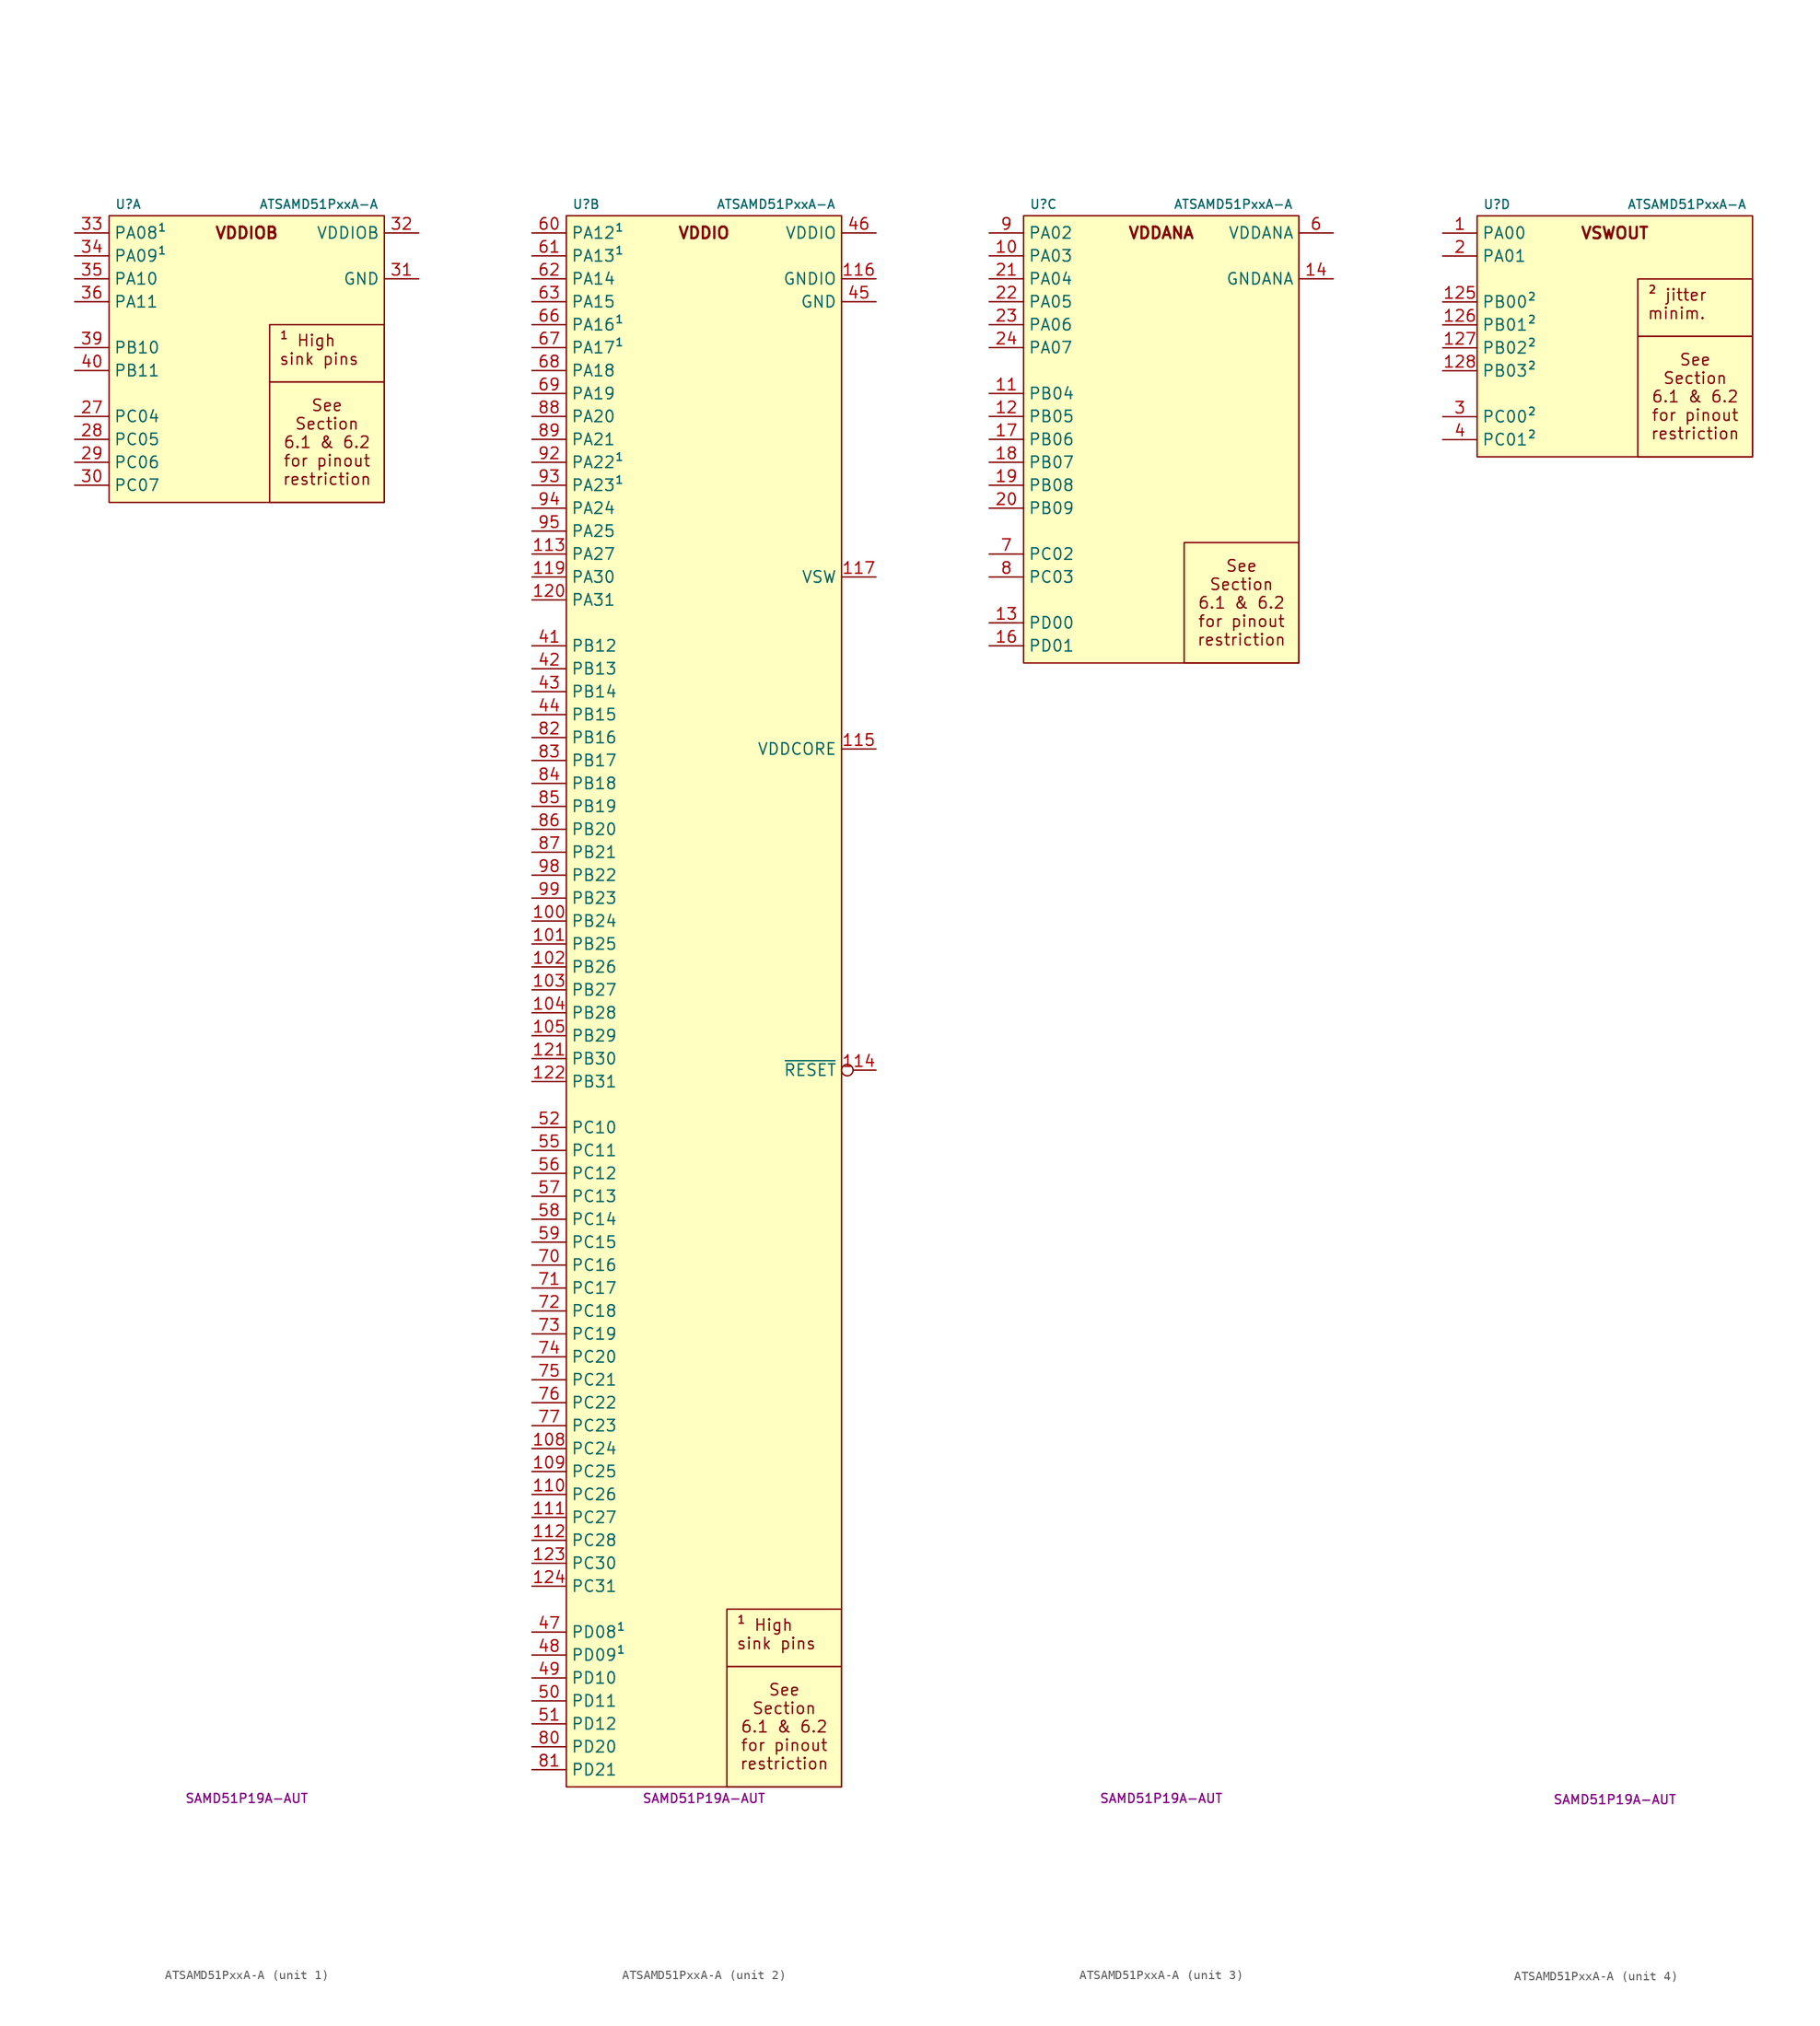
<source format=kicad_sym>
(kicad_symbol_lib
  (version 20231120)
  (generator "kicad_symbol_editor")
  (generator_version "8.0")
  (symbol "ATSAMD51PxxA-A"
    (property "Reference" "U"
      (at -14.605 60.325 0)
      (do_not_autoplace)
      (effects (font (size 1 1)) (justify left)))
    (property "Value" "ATSAMD51PxxA-A"
      (at 14.605 60.325 0)
      (do_not_autoplace)
      (effects (font (size 1 1)) (justify right)))
    (property "MPN" "SAMD51P19A-AUT"
      (at 0 -116.205 0)
      (do_not_autoplace)
      (effects (font (size 1 1))))
    (property "ki_locked" ""
      (at 0 0 0)
      (effects (font (size 1.27 1.27))))
    (symbol "ATSAMD51PxxA-A_1_1"
      (rectangle (start -15.24 59.055) (end 15.24 27.305) (stroke (width 0) (type default)) (fill (type background)))
      (text "VDDIOB" (at 0 57.15 0) (effects (font (size 1.27 1.27) (bold yes))))
      (text_box "See Section 6.1 & 6.2\nfor pinout restriction" (at 2.54 40.64 0) (size 12.7 -13.335) (stroke (width 0) (type default)) (fill (type none)) (effects (font (size 1.27 1.27))))
      (text_box "¹ High sink pins" (at 2.54 46.99 0) (size 12.7 -6.35) (stroke (width 0) (type default)) (fill (type none)) (effects (font (size 1.27 1.27)) (justify left top)))
      (pin tri_state line (at -19.05 36.83 0) (length 3.81) (name "PC04" (effects (font (size 1.27 1.27)))) (number "27" (effects (font (size 1.27 1.27)))) (alternate "A:EXTINT.4" input line) (alternate "C:SERCOM6.2.MISO" bidirectional line) (alternate "C:SERCOM6.2.MOSI" bidirectional line) (alternate "C:SERCOM6.2.PAD0" bidirectional line) (alternate "C:SERCOM6.2.RX" input line) (alternate "C:SERCOM6.2.TX" output line) (alternate "F:TCC0.2.WO0" output line))
      (pin tri_state line (at -19.05 34.29 0) (length 3.81) (name "PC05" (effects (font (size 1.27 1.27)))) (number "28" (effects (font (size 1.27 1.27)))) (alternate "A:EXTINT.5" input line) (alternate "C:SERCOM6.2.MISO" input line) (alternate "C:SERCOM6.2.MOSI" input line) (alternate "C:SERCOM6.2.PAD1" bidirectional line) (alternate "C:SERCOM6.2.RX" input line) (alternate "C:SERCOM6.2.SCK" bidirectional clock) (alternate "C:SERCOM6.2.XCK" bidirectional clock))
      (pin tri_state line (at -19.05 31.75 0) (length 3.81) (name "PC06" (effects (font (size 1.27 1.27)))) (number "29" (effects (font (size 1.27 1.27)))) (alternate "A:EXTINT.6" input line) (alternate "C:SERCOM6.2.MISO" input line) (alternate "C:SERCOM6.2.MOSI" input line) (alternate "C:SERCOM6.2.PAD2" bidirectional line) (alternate "C:SERCOM6.2.RX" input line) (alternate "C:SERCOM6.2.~{RTS}" output inverted) (alternate "C:SERCOM6.2.~{SS}" bidirectional inverted) (alternate "I:SDHC0.~{CD}" input inverted))
      (pin tri_state line (at -19.05 29.21 0) (length 3.81) (name "PC07" (effects (font (size 1.27 1.27)))) (number "30" (effects (font (size 1.27 1.27)))) (alternate "A:EXTINT.9" input line) (alternate "C:SERCOM6.2.MISO" bidirectional line) (alternate "C:SERCOM6.2.MOSI" bidirectional line) (alternate "C:SERCOM6.2.PAD3" bidirectional line) (alternate "C:SERCOM6.2.RX" input line) (alternate "C:SERCOM6.2.~{CTS}" input inverted) (alternate "I:SDHC0.~{WP}" input inverted))
      (pin power_in line (at 19.05 52.07 180) (length 3.81) (name "GND" (effects (font (size 1.27 1.27)))) (number "31" (effects (font (size 1.27 1.27)))))
      (pin power_in line (at 19.05 57.15 180) (length 3.81) (name "VDDIOB" (effects (font (size 1.27 1.27)))) (number "32" (effects (font (size 1.27 1.27)))))
      (pin tri_state line (at -19.05 57.15 0) (length 3.81) (name "PA08¹" (effects (font (size 1.27 1.27)))) (number "33" (effects (font (size 1.27 1.27)))) (alternate "A:NMI¹" input line) (alternate "B:ADC0.IN8¹" input line) (alternate "B:ADC1.IN2¹" input line) (alternate "B:PTC.X6¹" input line) (alternate "B:PTC.Y6¹" bidirectional line) (alternate "C:SERCOM0.1.MISO¹" bidirectional line) (alternate "C:SERCOM0.1.MOSI¹" bidirectional line) (alternate "C:SERCOM0.1.PAD0¹" bidirectional line) (alternate "C:SERCOM0.1.RX¹" input line) (alternate "C:SERCOM0.1.SDA¹" open_collector line) (alternate "C:SERCOM0.1.TX¹" output line) (alternate "D:SERCOM2.3.MISO¹" input line) (alternate "D:SERCOM2.3.MOSI¹" input line) (alternate "D:SERCOM2.3.PAD1¹" bidirectional line) (alternate "D:SERCOM2.3.RX¹" input line) (alternate "D:SERCOM2.3.SCK¹" bidirectional clock) (alternate "D:SERCOM2.3.SCL¹" open_collector clock) (alternate "D:SERCOM2.3.XCK¹" bidirectional clock) (alternate "E:TC0.1.WO0¹" output line) (alternate "F:TCC0.1.WO0¹" output line) (alternate "G:TCC1.3.WO4¹" output line) (alternate "H:QSPI.D0¹" bidirectional line) (alternate "H:QSPI.MOSI¹" output line) (alternate "I:SDHC0.CMD¹" bidirectional line) (alternate "J:I2S.1.MCK0¹" bidirectional clock) (alternate "N:CCL.IN3¹" input line))
      (pin tri_state line (at -19.05 54.61 0) (length 3.81) (name "PA09¹" (effects (font (size 1.27 1.27)))) (number "34" (effects (font (size 1.27 1.27)))) (alternate "A:EXTINT.9¹" input line) (alternate "B:ADC0.IN9¹" input line) (alternate "B:ADC1.IN3¹" input line) (alternate "B:PTC.X7¹" input line) (alternate "B:PTC.Y7¹" bidirectional line) (alternate "C:SERCOM0.1.MISO¹" input line) (alternate "C:SERCOM0.1.MOSI¹" input line) (alternate "C:SERCOM0.1.PAD1¹" bidirectional line) (alternate "C:SERCOM0.1.RX¹" input line) (alternate "C:SERCOM0.1.SCK¹" bidirectional clock) (alternate "C:SERCOM0.1.SCL¹" open_collector clock) (alternate "C:SERCOM0.1.XCK¹" bidirectional clock) (alternate "D:SERCOM2.3.MISO¹" bidirectional line) (alternate "D:SERCOM2.3.MOSI¹" bidirectional line) (alternate "D:SERCOM2.3.PAD0¹" bidirectional line) (alternate "D:SERCOM2.3.RX¹" input line) (alternate "D:SERCOM2.3.SDA¹" open_collector line) (alternate "D:SERCOM2.3.TX¹" output line) (alternate "E:TC0.1.WO1¹" output line) (alternate "F:TCC0.1.WO1¹" output line) (alternate "G:TCC1.3.WO5¹" output line) (alternate "H:QSPI.D1¹" bidirectional line) (alternate "H:QSPI.MISO¹" input line) (alternate "I:SDHC0.D0¹" bidirectional line) (alternate "J:I2S.1.FS0¹" bidirectional clock) (alternate "N:CCL.IN4¹" input line))
      (pin tri_state line (at -19.05 52.07 0) (length 3.81) (name "PA10" (effects (font (size 1.27 1.27)))) (number "35" (effects (font (size 1.27 1.27)))) (alternate "A:EXTINT.10" input line) (alternate "B:ADC0.IN10" input line) (alternate "B:PTC.X8" input line) (alternate "B:PTC.Y8" bidirectional line) (alternate "C:SERCOM0.1.MISO" input line) (alternate "C:SERCOM0.1.MOSI" input line) (alternate "C:SERCOM0.1.PAD2" bidirectional line) (alternate "C:SERCOM0.1.RX" input line) (alternate "C:SERCOM0.1.~{RTS}" output inverted) (alternate "C:SERCOM0.1.~{SS}" bidirectional inverted) (alternate "D:SERCOM2.3.MISO" input line) (alternate "D:SERCOM2.3.MOSI" input line) (alternate "D:SERCOM2.3.PAD2" bidirectional line) (alternate "D:SERCOM2.3.RX" input line) (alternate "D:SERCOM2.3.~{RTS}" output inverted) (alternate "D:SERCOM2.3.~{SS}" bidirectional inverted) (alternate "E:TC1.2.WO0" output line) (alternate "F:TCC0.1.WO2" output line) (alternate "G:TCC1.2.WO6" output line) (alternate "H:QSPI.D2" bidirectional line) (alternate "I:SDHC0.D1" bidirectional line) (alternate "J:I2S.1.SCK0" bidirectional clock) (alternate "M:GCLK.IN4" bidirectional clock) (alternate "N:CCL.IN5" input line))
      (pin tri_state line (at -19.05 49.53 0) (length 3.81) (name "PA11" (effects (font (size 1.27 1.27)))) (number "36" (effects (font (size 1.27 1.27)))) (alternate "A:EXTINT.11" input line) (alternate "B:ADC0.IN11" input line) (alternate "B:PTC.X9" input line) (alternate "B:PTC.Y9" bidirectional line) (alternate "C:SERCOM0.1.MISO" bidirectional line) (alternate "C:SERCOM0.1.MOSI" bidirectional line) (alternate "C:SERCOM0.1.PAD3" bidirectional line) (alternate "C:SERCOM0.1.RX" input line) (alternate "C:SERCOM0.1.~{CTS}" input inverted) (alternate "D:SERCOM2.3.MISO" bidirectional line) (alternate "D:SERCOM2.3.MOSI" bidirectional line) (alternate "D:SERCOM2.3.PAD3" bidirectional line) (alternate "D:SERCOM2.3.RX" input line) (alternate "D:SERCOM2.3.~{CTS}" input inverted) (alternate "E:TC1.2.WO1" output line) (alternate "F:TCC0.1.WO3" output line) (alternate "G:TCC1.2.WO7" output line) (alternate "H:QSPI.D3" bidirectional line) (alternate "I:SDHC0.D2" bidirectional line) (alternate "J:I2S.1.SDO" output line) (alternate "M:GCLK.IO5" bidirectional clock) (alternate "N:CCL.OUT1" output line))
      (pin passive line (at 19.05 57.15 180) (length 3.81) hide (name "VDDIOB" (effects (font (size 1.27 1.27)))) (number "37" (effects (font (size 1.27 1.27)))))
      (pin passive line (at 19.05 52.07 180) (length 3.81) hide (name "GND" (effects (font (size 1.27 1.27)))) (number "38" (effects (font (size 1.27 1.27)))))
      (pin tri_state line (at -19.05 44.45 0) (length 3.81) (name "PB10" (effects (font (size 1.27 1.27)))) (number "39" (effects (font (size 1.27 1.27)))) (alternate "A:EXTINT.10" input line) (alternate "D:SERCOM4.2.MISO" input line) (alternate "D:SERCOM4.2.MOSI" input line) (alternate "D:SERCOM4.2.PAD2" bidirectional line) (alternate "D:SERCOM4.2.RX" input line) (alternate "D:SERCOM4.2.~{RTS}" output inverted) (alternate "D:SERCOM4.2.~{SS}" bidirectional inverted) (alternate "E:TC5.1.WO0" output line) (alternate "F:TCC0.1.WO4" output line) (alternate "F:TCC1.4.WO0" output line) (alternate "H:QSPI.SCK" output clock) (alternate "I:SDHC0.D3" bidirectional line) (alternate "J:I2S.1.SDI" input line) (alternate "M:GCLK.IO4" bidirectional clock) (alternate "N:CCL.IN11" input line))
      (pin tri_state line (at -19.05 41.91 0) (length 3.81) (name "PB11" (effects (font (size 1.27 1.27)))) (number "40" (effects (font (size 1.27 1.27)))) (alternate "A:EXTINT.11" input line) (alternate "D:SERCOM4.2.MISO" bidirectional line) (alternate "D:SERCOM4.2.MOSI" bidirectional line) (alternate "D:SERCOM4.2.PAD3" bidirectional line) (alternate "D:SERCOM4.2.RX" input line) (alternate "D:SERCOM4.2.~{CTS}" input inverted) (alternate "E:TC5.1.WO1" output line) (alternate "F:TCC0.1.WO5" output line) (alternate "G:TCC1.4.WO1" output line) (alternate "H:QSPI.~{CS}" output inverted) (alternate "I:SDHC0.CK" output clock) (alternate "J:I2S.1.FS1" bidirectional clock) (alternate "M:GCLK.IO5" bidirectional clock) (alternate "N:CCL.OUT1" output line))
      (pin passive line (at 19.05 52.07 180) (length 3.81) hide (name "GND" (effects (font (size 1.27 1.27)))) (number "5" (effects (font (size 1.27 1.27))))))
    (symbol "ATSAMD51PxxA-A_2_1"
      (rectangle (start -15.24 59.055) (end 15.24 -114.935) (stroke (width 0) (type default)) (fill (type background)))
      (text "VDDIO" (at 0 57.15 0) (effects (font (size 1.27 1.27) (bold yes))))
      (text_box "See Section 6.1 & 6.2\nfor pinout restriction" (at 2.54 -101.6 0) (size 12.7 -13.335) (stroke (width 0) (type default)) (fill (type none)) (effects (font (size 1.27 1.27))))
      (text_box "¹ High sink pins" (at 2.54 -95.25 0) (size 12.7 -6.35) (stroke (width 0) (type default)) (fill (type none)) (effects (font (size 1.27 1.27)) (justify left top)))
      (pin tri_state line (at -19.05 -19.05 0) (length 3.81) (name "PB24" (effects (font (size 1.27 1.27)))) (number "100" (effects (font (size 1.27 1.27)))) (alternate "A:EXTINT.8" input line) (alternate "C:SERCOM0.2.MISO" bidirectional line) (alternate "C:SERCOM0.2.MOSI" bidirectional line) (alternate "C:SERCOM0.2.PAD0" bidirectional line) (alternate "C:SERCOM0.2.RX" input line) (alternate "C:SERCOM0.2.TX" output line) (alternate "D:SERCOM2.4.MISO" input line) (alternate "D:SERCOM2.4.MOSI" input line) (alternate "D:SERCOM2.4.PAD1" bidirectional line) (alternate "D:SERCOM2.4.RX" input line) (alternate "D:SERCOM2.4.SCK" bidirectional clock) (alternate "D:SERCOM2.4.XCK" bidirectional clock) (alternate "G:PDEC.4.1" input line) (alternate "M:AC.CMP0" output line))
      (pin tri_state line (at -19.05 -21.59 0) (length 3.81) (name "PB25" (effects (font (size 1.27 1.27)))) (number "101" (effects (font (size 1.27 1.27)))) (alternate "A:EXTINT.9" input line) (alternate "C:SERCOM0.2.MISO" input line) (alternate "C:SERCOM0.2.MOSI" input line) (alternate "C:SERCOM0.2.PAD1" bidirectional line) (alternate "C:SERCOM0.2.RX" input line) (alternate "C:SERCOM0.2.SCK" bidirectional clock) (alternate "C:SERCOM0.2.XCK" bidirectional clock) (alternate "D:SERCOM2.4.MISO" bidirectional line) (alternate "D:SERCOM2.4.MOSI" bidirectional line) (alternate "D:SERCOM2.4.PAD0" bidirectional line) (alternate "D:SERCOM2.4.RX" input line) (alternate "D:SERCOM2.4.TX" output line) (alternate "G:PDEC.4.2" input line) (alternate "M:AC.CMP1" output line))
      (pin tri_state line (at -19.05 -24.13 0) (length 3.81) (name "PB26" (effects (font (size 1.27 1.27)))) (number "102" (effects (font (size 1.27 1.27)))) (alternate "A:EXTINT.12" input line) (alternate "C:SERCOM2.2.MISO" bidirectional line) (alternate "C:SERCOM2.2.MOSI" bidirectional line) (alternate "C:SERCOM2.2.PAD0" bidirectional line) (alternate "C:SERCOM2.2.RX" input line) (alternate "C:SERCOM2.2.TX" output line) (alternate "D:SERCOM4.4.MISO" input line) (alternate "D:SERCOM4.4.MOSI" input line) (alternate "D:SERCOM4.4.PAD1" bidirectional line) (alternate "D:SERCOM4.4.RX" input line) (alternate "D:SERCOM4.4.SCK" bidirectional clock) (alternate "D:SERCOM4.4.XCK" bidirectional clock) (alternate "F:TCC1.3.WO2" output line))
      (pin tri_state line (at -19.05 -26.67 0) (length 3.81) (name "PB27" (effects (font (size 1.27 1.27)))) (number "103" (effects (font (size 1.27 1.27)))) (alternate "A:EXTINT.13" input line) (alternate "C:SERCOM2.2.MISO" input line) (alternate "C:SERCOM2.2.MOSI" input line) (alternate "C:SERCOM2.2.PAD1" bidirectional line) (alternate "C:SERCOM2.2.RX" input line) (alternate "C:SERCOM2.2.SCK" bidirectional clock) (alternate "C:SERCOM2.2.XCK" bidirectional clock) (alternate "D:SERCOM4.4.MISO" bidirectional line) (alternate "D:SERCOM4.4.MOSI" bidirectional line) (alternate "D:SERCOM4.4.PAD0" bidirectional line) (alternate "D:SERCOM4.4.RX" input line) (alternate "D:SERCOM4.4.TX" output line) (alternate "F:TCC1.3.WO3" output line))
      (pin tri_state line (at -19.05 -29.21 0) (length 3.81) (name "PB28" (effects (font (size 1.27 1.27)))) (number "104" (effects (font (size 1.27 1.27)))) (alternate "A:EXTINT.14" input line) (alternate "C:SERCOM2.2.MISO" input line) (alternate "C:SERCOM2.2.MOSI" input line) (alternate "C:SERCOM2.2.PAD2" bidirectional line) (alternate "C:SERCOM2.2.RX" input line) (alternate "C:SERCOM2.2.~{RTS}" output inverted) (alternate "C:SERCOM2.2.~{SS}" bidirectional inverted) (alternate "D:SERCOM4.4.MISO" input line) (alternate "D:SERCOM4.4.MOSI" input line) (alternate "D:SERCOM4.4.PAD2" bidirectional line) (alternate "D:SERCOM4.4.RX" input line) (alternate "D:SERCOM4.4.~{RTS}" output inverted) (alternate "D:SERCOM4.4.~{SS}" bidirectional inverted) (alternate "F:TCC1.2.WO4" output line) (alternate "J:I2S.2.SCK1" bidirectional clock))
      (pin tri_state line (at -19.05 -31.75 0) (length 3.81) (name "PB29" (effects (font (size 1.27 1.27)))) (number "105" (effects (font (size 1.27 1.27)))) (alternate "A:EXTINT.15" input line) (alternate "C:SERCOM2.2.MISO" bidirectional line) (alternate "C:SERCOM2.2.MOSI" bidirectional line) (alternate "C:SERCOM2.2.PAD3" bidirectional line) (alternate "C:SERCOM2.2.RX" input line) (alternate "C:SERCOM2.2.~{CTS}" input inverted) (alternate "D:SERCOM4.4.MISO" bidirectional line) (alternate "D:SERCOM4.4.MOSI" bidirectional line) (alternate "D:SERCOM4.4.PAD3" bidirectional line) (alternate "D:SERCOM4.4.RX" input line) (alternate "D:SERCOM4.4.~{CTS}" input inverted) (alternate "F:TCC1.2.WO5" output line) (alternate "J:I2S.2.MCK1" bidirectional clock))
      (pin passive line (at 19.05 49.53 180) (length 3.81) hide (name "GND" (effects (font (size 1.27 1.27)))) (number "106" (effects (font (size 1.27 1.27)))))
      (pin passive line (at 19.05 57.15 180) (length 3.81) hide (name "VDDIO" (effects (font (size 1.27 1.27)))) (number "107" (effects (font (size 1.27 1.27)))))
      (pin tri_state line (at -19.05 -77.47 0) (length 3.81) (name "PC24" (effects (font (size 1.27 1.27)))) (number "108" (effects (font (size 1.27 1.27)))) (alternate "A:EXTINT.8" input line) (alternate "C:SERCOM0.2.MISO" input line) (alternate "C:SERCOM0.2.MOSI" input line) (alternate "C:SERCOM0.2.PAD2" bidirectional line) (alternate "C:SERCOM0.2.RX" input line) (alternate "C:SERCOM0.2.~{RTS}" output inverted) (alternate "C:SERCOM0.2.~{SS}" bidirectional inverted) (alternate "D:SERCOM2.4.MISO" input line) (alternate "D:SERCOM2.4.MOSI" input line) (alternate "D:SERCOM2.4.PAD2" bidirectional line) (alternate "D:SERCOM2.4.RX" input line) (alternate "D:SERCOM2.4.~{RTS}" output inverted) (alternate "D:SERCOM2.4.~{SS}" bidirectional inverted) (alternate "H:TRACE.D3" bidirectional line))
      (pin tri_state line (at -19.05 -80.01 0) (length 3.81) (name "PC25" (effects (font (size 1.27 1.27)))) (number "109" (effects (font (size 1.27 1.27)))) (alternate "A:EXTINT.9" input line) (alternate "C:SERCOM0.2.MISO" bidirectional line) (alternate "C:SERCOM0.2.MOSI" bidirectional line) (alternate "C:SERCOM0.2.PAD3" bidirectional line) (alternate "C:SERCOM0.2.RX" input line) (alternate "C:SERCOM0.2.~{CTS}" input inverted) (alternate "D:SERCOM2.4.MISO" bidirectional line) (alternate "D:SERCOM2.4.MOSI" bidirectional line) (alternate "D:SERCOM2.4.PAD3" bidirectional line) (alternate "D:SERCOM2.4.RX" input line) (alternate "D:SERCOM2.4.~{CTS}" input inverted) (alternate "H:TRACE.D2" bidirectional line))
      (pin tri_state line (at -19.05 -82.55 0) (length 3.81) (name "PC26" (effects (font (size 1.27 1.27)))) (number "110" (effects (font (size 1.27 1.27)))) (alternate "A:EXTINT.10" input line) (alternate "H:TRACE.D1" bidirectional line))
      (pin tri_state line (at -19.05 -85.09 0) (length 3.81) (name "PC27" (effects (font (size 1.27 1.27)))) (number "111" (effects (font (size 1.27 1.27)))) (alternate "A:EXTINT.11" input line) (alternate "C:SERCOM1.3.MISO" bidirectional line) (alternate "C:SERCOM1.3.MOSI" bidirectional line) (alternate "C:SERCOM1.3.PAD0" bidirectional line) (alternate "C:SERCOM1.3.RX" input line) (alternate "C:SERCOM1.3.TX" output line) (alternate "H:TRACE.CLK" input clock) (alternate "M:SWO" output line) (alternate "N:CCL.IN4" input line))
      (pin tri_state line (at -19.05 -87.63 0) (length 3.81) (name "PC28" (effects (font (size 1.27 1.27)))) (number "112" (effects (font (size 1.27 1.27)))) (alternate "A:EXTINT.12" input line) (alternate "C:SERCOM1.3.MISO" input line) (alternate "C:SERCOM1.3.MOSI" input line) (alternate "C:SERCOM1.3.PAD1" bidirectional line) (alternate "C:SERCOM1.3.RX" input line) (alternate "C:SERCOM1.3.SCK" bidirectional clock) (alternate "C:SERCOM1.3.XCK" bidirectional clock) (alternate "H:TRACE.D0" bidirectional line) (alternate "N:CCL.IN5" input line))
      (pin tri_state line (at -19.05 21.59 0) (length 3.81) (name "PA27" (effects (font (size 1.27 1.27)))) (number "113" (effects (font (size 1.27 1.27)))) (alternate "A:EXTINT.11" input line) (alternate "B:PTC.X18" input line) (alternate "B:PTC.Y18" bidirectional line) (alternate "M:GCLK.IO1" bidirectional clock))
      (pin input inverted (at 19.05 -35.56 180) (length 3.81) (name "~{RESET}" (effects (font (size 1.27 1.27)))) (number "114" (effects (font (size 1.27 1.27)))))
      (pin power_out line (at 19.05 0 180) (length 3.81) (name "VDDCORE" (effects (font (size 1.27 1.27)))) (number "115" (effects (font (size 1.27 1.27)))))
      (pin power_in line (at 19.05 52.07 180) (length 3.81) (name "GNDIO" (effects (font (size 1.27 1.27)))) (number "116" (effects (font (size 1.27 1.27)))))
      (pin power_out line (at 19.05 19.05 180) (length 3.81) (name "VSW" (effects (font (size 1.27 1.27)))) (number "117" (effects (font (size 1.27 1.27)))))
      (pin passive line (at 19.05 57.15 180) (length 3.81) hide (name "VDDIO" (effects (font (size 1.27 1.27)))) (number "118" (effects (font (size 1.27 1.27)))))
      (pin tri_state line (at -19.05 19.05 0) (length 3.81) (name "PA30" (effects (font (size 1.27 1.27)))) (number "119" (effects (font (size 1.27 1.27)))) (alternate "A:EXTINT.14" input line) (alternate "C:SERCOM7.5.MISO" input line) (alternate "C:SERCOM7.5.MOSI" input line) (alternate "C:SERCOM7.5.PAD2" bidirectional line) (alternate "C:SERCOM7.5.RX" input line) (alternate "C:SERCOM7.5.~{RTS}" output inverted) (alternate "C:SERCOM7.5.~{SS}" bidirectional inverted) (alternate "D:SERCOM1.4.MISO" input line) (alternate "D:SERCOM1.4.MOSI" input line) (alternate "D:SERCOM1.4.PAD2" bidirectional line) (alternate "D:SERCOM1.4.RX" input line) (alternate "D:SERCOM1.4.~{RTS}" output inverted) (alternate "D:SERCOM1.4.~{SS}" bidirectional inverted) (alternate "E:TC6.2.WO0" output line) (alternate "F:TCC2.2.WO0" output line) (alternate "H:SWCLK" input clock) (alternate "M:GCLK.IO0" bidirectional clock) (alternate "N:CCL.IN3" input line))
      (pin tri_state line (at -19.05 16.51 0) (length 3.81) (name "PA31" (effects (font (size 1.27 1.27)))) (number "120" (effects (font (size 1.27 1.27)))) (alternate "A:EXTINT.15" input line) (alternate "C:SERCOM7.5.MISO" bidirectional line) (alternate "C:SERCOM7.5.MOSI" bidirectional line) (alternate "C:SERCOM7.5.PAD3" bidirectional line) (alternate "C:SERCOM7.5.RX" input line) (alternate "C:SERCOM7.5.~{CTS}" input inverted) (alternate "D:SERCOM1.4.MISO" bidirectional line) (alternate "D:SERCOM1.4.MOSI" bidirectional line) (alternate "D:SERCOM1.4.PAD3" bidirectional line) (alternate "D:SERCOM1.4.RX" input line) (alternate "D:SERCOM1.4.~{CTS}" input inverted) (alternate "E:TC6.3.WO1" output line) (alternate "F:TCC2.2.WO1" output line) (alternate "H:SWDIO" bidirectional line) (alternate "N:CCL.OUT1" output line))
      (pin tri_state line (at -19.05 -34.29 0) (length 3.81) (name "PB30" (effects (font (size 1.27 1.27)))) (number "121" (effects (font (size 1.27 1.27)))) (alternate "A:EXTINT.14" input line) (alternate "C:SERCOM7.5.MISO" bidirectional line) (alternate "C:SERCOM7.5.MOSI" bidirectional line) (alternate "C:SERCOM7.5.PAD0" bidirectional line) (alternate "C:SERCOM7.5.RX" input line) (alternate "C:SERCOM7.5.TX" output line) (alternate "D:SERCOM5.5.MISO" input line) (alternate "D:SERCOM5.5.MOSI" input line) (alternate "D:SERCOM5.5.PAD1" bidirectional line) (alternate "D:SERCOM5.5.RX" input line) (alternate "D:SERCOM5.5.SCK" bidirectional clock) (alternate "D:SERCOM5.5.XCK" bidirectional clock) (alternate "E:TC0.3.WO0" output line) (alternate "F:TCC4.2.WO0" output line) (alternate "G:TCC0.4.WO6" output line) (alternate "H:SWO" output line))
      (pin tri_state line (at -19.05 -36.83 0) (length 3.81) (name "PB31" (effects (font (size 1.27 1.27)))) (number "122" (effects (font (size 1.27 1.27)))) (alternate "A:EXTINT.15" input line) (alternate "C:SERCOM7.5.MISO" input line) (alternate "C:SERCOM7.5.MOSI" input line) (alternate "C:SERCOM7.5.PAD1" bidirectional line) (alternate "C:SERCOM7.5.RX" input line) (alternate "C:SERCOM7.5.SCK" bidirectional clock) (alternate "C:SERCOM7.5.XCK" bidirectional clock) (alternate "D:SERCOM5.5.MISO" bidirectional line) (alternate "D:SERCOM5.5.MOSI" bidirectional line) (alternate "D:SERCOM5.5.PAD0" bidirectional line) (alternate "D:SERCOM5.5.RX" input line) (alternate "D:SERCOM5.5.TX" output line) (alternate "E:TC0.3.WO1" output line) (alternate "F:TCC4.2.WO1" output line) (alternate "G:TCC0.4.WO7" output line))
      (pin tri_state line (at -19.05 -90.17 0) (length 3.81) (name "PC30" (effects (font (size 1.27 1.27)))) (number "123" (effects (font (size 1.27 1.27)))) (alternate "A:EXTINT.14" input line) (alternate "B:ADC.IN12" input line))
      (pin tri_state line (at -19.05 -92.71 0) (length 3.81) (name "PC31" (effects (font (size 1.27 1.27)))) (number "124" (effects (font (size 1.27 1.27)))) (alternate "A:EXTINT.15" input line) (alternate "B:ADC1.IN13" input line))
      (pin tri_state line (at -19.05 11.43 0) (length 3.81) (name "PB12" (effects (font (size 1.27 1.27)))) (number "41" (effects (font (size 1.27 1.27)))) (alternate "A:EXTINT.12" input line) (alternate "B:PTC.X26" input line) (alternate "B:PTC.Y26" bidirectional line) (alternate "C:SERCOM4.1.MISO" bidirectional line) (alternate "C:SERCOM4.1.MOSI" bidirectional line) (alternate "C:SERCOM4.1.PAD0" bidirectional line) (alternate "C:SERCOM4.1.RX" input line) (alternate "C:SERCOM4.1.TX" output line) (alternate "E:TC4.2.WO0" output line) (alternate "F:TCC3.1.WO0" output line) (alternate "G:TCC0.5.WO0" output line) (alternate "I:SDHC0.~{CD}" input inverted) (alternate "J:I2S.1.SCK1" bidirectional clock) (alternate "M:GCLK.IO6" bidirectional clock))
      (pin tri_state line (at -19.05 8.89 0) (length 3.81) (name "PB13" (effects (font (size 1.27 1.27)))) (number "42" (effects (font (size 1.27 1.27)))) (alternate "A:EXTINT.13" input line) (alternate "B:PTC.X27" input line) (alternate "B:PTC.Y27" bidirectional line) (alternate "C:SERCOM4.1.MISO" input line) (alternate "C:SERCOM4.1.MOSI" input line) (alternate "C:SERCOM4.1.PAD1" bidirectional line) (alternate "C:SERCOM4.1.RX" input line) (alternate "C:SERCOM4.1.SCK" bidirectional clock) (alternate "C:SERCOM4.1.XCK" bidirectional clock) (alternate "E:T4.2.WO1" output line) (alternate "F:TCC3.1.WO1" output line) (alternate "G:TCC0.5.WO1" output line) (alternate "I:SDHC0.~{WP}" input line) (alternate "J:I2S.1.MCK1" bidirectional clock) (alternate "M:GCLK.IO7" bidirectional clock))
      (pin tri_state line (at -19.05 6.35 0) (length 3.81) (name "PB14" (effects (font (size 1.27 1.27)))) (number "43" (effects (font (size 1.27 1.27)))) (alternate "A:EXTINT14" input line) (alternate "B:PTC.X28" input line) (alternate "B:PTC.Y28" bidirectional line) (alternate "C:SERCOM4.1.MISO" input line) (alternate "C:SERCOM4.1.MOSI" input line) (alternate "C:SERCOM4.1.PAD2" bidirectional line) (alternate "C:SERCOM4.1.RX" input line) (alternate "C:SERCOM4.1.~{RTS}" output inverted) (alternate "C:SERCOM4.1.~{SS}" bidirectional inverted) (alternate "E:TC5.2.WO0" output line) (alternate "F:TCC4.1.WO0" output line) (alternate "G:TCC0.5.WO2" output line) (alternate "K:PCC.D8" input line) (alternate "M:GCLK.IO0" bidirectional clock) (alternate "N:CCL.IN9" input line))
      (pin tri_state line (at -19.05 3.81 0) (length 3.81) (name "PB15" (effects (font (size 1.27 1.27)))) (number "44" (effects (font (size 1.27 1.27)))) (alternate "A:EXTINT.15" input line) (alternate "B:PTC.X29" input line) (alternate "B:PTC.Y29" bidirectional line) (alternate "C:SERCOM4.1.MISO" bidirectional line) (alternate "C:SERCOM4.1.MOSI" bidirectional line) (alternate "C:SERCOM4.1.PAD3" bidirectional line) (alternate "C:SERCOM4.1.RX" input line) (alternate "C:SERCOM4.1.~{CTS}" input inverted) (alternate "E:TC5.2.WO1" output line) (alternate "F:TCC4.1.WO1" output line) (alternate "G:TCC0.5.WO3" output line) (alternate "K:PCC.D9" input line) (alternate "M:GCLK.IO1" bidirectional clock) (alternate "N:CCL.IN10" input line))
      (pin power_in line (at 19.05 49.53 180) (length 3.81) (name "GND" (effects (font (size 1.27 1.27)))) (number "45" (effects (font (size 1.27 1.27)))))
      (pin power_in line (at 19.05 57.15 180) (length 3.81) (name "VDDIO" (effects (font (size 1.27 1.27)))) (number "46" (effects (font (size 1.27 1.27)))))
      (pin tri_state line (at -19.05 -97.79 0) (length 3.81) (name "PD08¹" (effects (font (size 1.27 1.27)))) (number "47" (effects (font (size 1.27 1.27)))) (alternate "A:EXTINT.3¹" input line) (alternate "C:SERCOM7.2.MISO¹" bidirectional line) (alternate "C:SERCOM7.2.MOSI¹" bidirectional line) (alternate "C:SERCOM7.2.PAD0¹" bidirectional line) (alternate "C:SERCOM7.2.RX¹" input line) (alternate "C:SERCOM7.2.SDA¹" open_collector line) (alternate "C:SERCOM7.2.TX¹" output line) (alternate "D:SERCOM6.3.MISO¹" input line) (alternate "D:SERCOM6.3.MOSI¹" input line) (alternate "D:SERCOM6.3.PAD1¹" bidirectional line) (alternate "D:SERCOM6.3.RX¹" input line) (alternate "D:SERCOM6.3.SCK¹" bidirectional clock) (alternate "D:SERCOM6.3.SCL¹" open_collector clock) (alternate "D:SERCOM6.3.XCK¹" bidirectional clock) (alternate "F:TCC0.2.WO1¹" output line))
      (pin tri_state line (at -19.05 -100.33 0) (length 3.81) (name "PD09¹" (effects (font (size 1.27 1.27)))) (number "48" (effects (font (size 1.27 1.27)))) (alternate "A:EXTINT.4¹" input line) (alternate "C:SERCOM7.2.MISO¹" input line) (alternate "C:SERCOM7.2.MOSI¹" input line) (alternate "C:SERCOM7.2.PAD1¹" bidirectional line) (alternate "C:SERCOM7.2.RX¹" input line) (alternate "C:SERCOM7.2.SCK¹" bidirectional clock) (alternate "C:SERCOM7.2.SCL¹" open_collector clock) (alternate "C:SERCOM7.2.XCK¹" bidirectional clock) (alternate "D:SERCOM6.3.MISO¹" bidirectional line) (alternate "D:SERCOM6.3.MOSI¹" bidirectional line) (alternate "D:SERCOM6.3.PAD0¹" bidirectional line) (alternate "D:SERCOM6.3.RX¹" input line) (alternate "D:SERCOM6.3.SDA¹" open_collector line) (alternate "D:SERCOM6.3.TX¹" output line) (alternate "F:TCC0.2.WO2¹" output line))
      (pin tri_state line (at -19.05 -102.87 0) (length 3.81) (name "PD10" (effects (font (size 1.27 1.27)))) (number "49" (effects (font (size 1.27 1.27)))) (alternate "A:EXTINT.5" input line) (alternate "C:SERCOM7.2.MISO" input line) (alternate "C:SERCOM7.2.MOSI" input line) (alternate "C:SERCOM7.2.PAD2" bidirectional line) (alternate "C:SERCOM7.2.RX" input line) (alternate "C:SERCOM7.2.~{RTS}" output inverted) (alternate "C:SERCOM7.2.~{SS}" bidirectional inverted) (alternate "D:SERCOM6.3.MISO" input line) (alternate "D:SERCOM6.3.MOSI" input line) (alternate "D:SERCOM6.3.PAD2" bidirectional line) (alternate "D:SERCOM6.3.RX" input line) (alternate "D:SERCOM6.3.~{RTS}" output inverted) (alternate "D:SERCOM6.3.~{SS}" bidirectional inverted) (alternate "F:TCC0.2.WO3" output line))
      (pin tri_state line (at -19.05 -105.41 0) (length 3.81) (name "PD11" (effects (font (size 1.27 1.27)))) (number "50" (effects (font (size 1.27 1.27)))) (alternate "A:EXTINT.6" input line) (alternate "C:SERCOM7.2.MISO" bidirectional line) (alternate "C:SERCOM7.2.MOSI" bidirectional line) (alternate "C:SERCOM7.2.PAD3" bidirectional line) (alternate "C:SERCOM7.2.RX" input line) (alternate "C:SERCOM7.2.~{CTS}" input inverted) (alternate "D:SERCOM6.3.MISO" bidirectional line) (alternate "D:SERCOM6.3.MOSI" bidirectional line) (alternate "D:SERCOM6.3.PAD3" bidirectional line) (alternate "D:SERCOM6.3.RX" input line) (alternate "D:SERCOM6.3.~{CTS}" input inverted) (alternate "F:TCC0.2.WO4" output line))
      (pin tri_state line (at -19.05 -107.95 0) (length 3.81) (name "PD12" (effects (font (size 1.27 1.27)))) (number "51" (effects (font (size 1.27 1.27)))) (alternate "A:EXTINT.7" input line) (alternate "F:TCC0.2.WO4" output line))
      (pin tri_state line (at -19.05 -41.91 0) (length 3.81) (name "PC10" (effects (font (size 1.27 1.27)))) (number "52" (effects (font (size 1.27 1.27)))) (alternate "A:EXTINT.10" input line) (alternate "C:SERCOM6.5.MISO" input line) (alternate "C:SERCOM6.5.MOSI" input line) (alternate "C:SERCOM6.5.PAD2" bidirectional line) (alternate "C:SERCOM6.5.RX" input line) (alternate "C:SERCOM6.5.~{RTS}" output inverted) (alternate "C:SERCOM6.5.~{SS}" bidirectional inverted) (alternate "D:SERCOM7.3.MISO" input line) (alternate "D:SERCOM7.3.MOSI" input line) (alternate "D:SERCOM7.3.PAD2" bidirectional line) (alternate "D:SERCOM7.3.RX" input line) (alternate "D:SERCOM7.3.~{RTS}" output inverted) (alternate "D:SERCOM7.3.~{SS}" bidirectional inverted) (alternate "F:TCC0.3.WO0" output line) (alternate "G:TCC1.4.WO4" output line))
      (pin passive line (at 19.05 49.53 180) (length 3.81) hide (name "GND" (effects (font (size 1.27 1.27)))) (number "53" (effects (font (size 1.27 1.27)))))
      (pin passive line (at 19.05 57.15 180) (length 3.81) hide (name "VDDIO" (effects (font (size 1.27 1.27)))) (number "54" (effects (font (size 1.27 1.27)))))
      (pin tri_state line (at -19.05 -44.45 0) (length 3.81) (name "PC11" (effects (font (size 1.27 1.27)))) (number "55" (effects (font (size 1.27 1.27)))) (alternate "A:EXTINT.11" input line) (alternate "C:SERCOM6.5.MISO" bidirectional line) (alternate "C:SERCOM6.5.MOSI" bidirectional line) (alternate "C:SERCOM6.5.PAD3" bidirectional line) (alternate "C:SERCOM6.5.RX" input line) (alternate "C:SERCOM6.5.~{CTS}" input inverted) (alternate "D:SERCOM7.3.MISO" bidirectional line) (alternate "D:SERCOM7.3.MOSI" bidirectional line) (alternate "D:SERCOM7.3.PAD3" bidirectional line) (alternate "D:SERCOM7.3.RX" input line) (alternate "D:SERCOM7.3.~{CTS}" input inverted) (alternate "F:TCC0.3.WO1" output line) (alternate "G:TCC1.4.WO5" output line))
      (pin tri_state line (at -19.05 -46.99 0) (length 3.81) (name "PC12" (effects (font (size 1.27 1.27)))) (number "56" (effects (font (size 1.27 1.27)))) (alternate "A:EXTINT.12" input line) (alternate "C:SERCOM7.1.MISO" bidirectional line) (alternate "C:SERCOM7.1.MOSI" bidirectional line) (alternate "C:SERCOM7.1.PAD0" bidirectional line) (alternate "C:SERCOM7.1.RX" input line) (alternate "C:SERCOM7.1.TX" output line) (alternate "C:SERCOM7.3.MISO" bidirectional line) (alternate "C:SERCOM7.3.MOSI" bidirectional line) (alternate "C:SERCOM7.3.PAD0" bidirectional line) (alternate "C:SERCOM7.3.RX" input line) (alternate "C:SERCOM7.3.TX" output line) (alternate "D:SERCOM6.4.MISO" input line) (alternate "D:SERCOM6.4.MOSI" input line) (alternate "D:SERCOM6.4.PAD1" bidirectional line) (alternate "D:SERCOM6.4.RX" input line) (alternate "D:SERCOM6.4.SCK" bidirectional clock) (alternate "D:SERCOM6.4.XCK" bidirectional clock) (alternate "D:SERCOM6.5.MISO" input line) (alternate "D:SERCOM6.5.MOSI" input line) (alternate "D:SERCOM6.5.PAD1" bidirectional line) (alternate "D:SERCOM6.5.RX" input line) (alternate "D:SERCOM6.5.SCK" bidirectional clock) (alternate "D:SERCOM6.5.XCK" bidirectional clock) (alternate "F:TCC0.3.WO2" output line) (alternate "G:TCC1.3.WO6" output line) (alternate "K:PCC.D10" input line))
      (pin tri_state line (at -19.05 -49.53 0) (length 3.81) (name "PC13" (effects (font (size 1.27 1.27)))) (number "57" (effects (font (size 1.27 1.27)))) (alternate "A:EXTINT.13" input line) (alternate "C:SERCOM7.1.MISO" input line) (alternate "C:SERCOM7.1.MOSI" input line) (alternate "C:SERCOM7.1.PAD1" bidirectional line) (alternate "C:SERCOM7.1.RX" input line) (alternate "C:SERCOM7.1.SCK" bidirectional clock) (alternate "C:SERCOM7.1.XCK" bidirectional clock) (alternate "C:SERCOM7.3.MISO" input line) (alternate "C:SERCOM7.3.MOSI" input line) (alternate "C:SERCOM7.3.PAD1" bidirectional line) (alternate "C:SERCOM7.3.RX" input line) (alternate "C:SERCOM7.3.SCK" bidirectional clock) (alternate "C:SERCOM7.3.XCK" bidirectional clock) (alternate "D:SERCOM6.4.MISO" bidirectional line) (alternate "D:SERCOM6.4.MOSI" bidirectional line) (alternate "D:SERCOM6.4.PAD0" bidirectional line) (alternate "D:SERCOM6.4.RX" input line) (alternate "D:SERCOM6.4.TX" output line) (alternate "D:SERCOM6.5.MISO" bidirectional line) (alternate "D:SERCOM6.5.MOSI" bidirectional line) (alternate "D:SERCOM6.5.PAD0" bidirectional line) (alternate "D:SERCOM6.5.RX" input line) (alternate "D:SERCOM6.5.TX" output line) (alternate "F:TCC0.3.WO3" output line) (alternate "G:TCC1.3.WO7" output line) (alternate "K:PCC.D11" input line))
      (pin tri_state line (at -19.05 -52.07 0) (length 3.81) (name "PC14" (effects (font (size 1.27 1.27)))) (number "58" (effects (font (size 1.27 1.27)))) (alternate "A:EXTINT.14" input line) (alternate "C:SERCOM7.1.MISO" input line) (alternate "C:SERCOM7.1.MOSI" input line) (alternate "C:SERCOM7.1.PAD2" bidirectional line) (alternate "C:SERCOM7.1.RX" input line) (alternate "C:SERCOM7.1.~{RTS}" output inverted) (alternate "C:SERCOM7.1.~{SS}" bidirectional inverted) (alternate "D:SERCOM6.4.MISO" input line) (alternate "D:SERCOM6.4.MOSI" input line) (alternate "D:SERCOM6.4.PAD2" bidirectional line) (alternate "D:SERCOM6.4.RX" input line) (alternate "D:SERCOM6.4.~{RTS}" output inverted) (alternate "D:SERCOM6.4.~{SS}" bidirectional inverted) (alternate "F:TCC0.3.WO4" output line) (alternate "G:TCC1.5.WO0" output line) (alternate "K:PCC.D12" input line))
      (pin tri_state line (at -19.05 -54.61 0) (length 3.81) (name "PC15" (effects (font (size 1.27 1.27)))) (number "59" (effects (font (size 1.27 1.27)))) (alternate "A:EXTINT.15" input line) (alternate "C:SERCOM7.1.MISO" bidirectional line) (alternate "C:SERCOM7.1.MOSI" bidirectional line) (alternate "C:SERCOM7.1.PAD3" bidirectional line) (alternate "C:SERCOM7.1.RX" input line) (alternate "C:SERCOM7.1.~{CTS}" input inverted) (alternate "D:SERCOM6.4.MISO" bidirectional line) (alternate "D:SERCOM6.4.MOSI" bidirectional line) (alternate "D:SERCOM6.4.PAD3" bidirectional line) (alternate "D:SERCOM6.4.RX" input line) (alternate "D:SERCOM6.4.~{CTS}" input inverted) (alternate "F:TCC0.3.WO5" output line) (alternate "G:TCC1.5.WO1" output line) (alternate "K:PCC.D13" input line))
      (pin tri_state line (at -19.05 57.15 0) (length 3.81) (name "PA12¹" (effects (font (size 1.27 1.27)))) (number "60" (effects (font (size 1.27 1.27)))) (alternate "A:EXTINT.12¹" input line) (alternate "C:SERCOM2.1.MISO¹" bidirectional line) (alternate "C:SERCOM2.1.MOSI¹" bidirectional line) (alternate "C:SERCOM2.1.PAD0¹" bidirectional line) (alternate "C:SERCOM2.1.RX¹" input line) (alternate "C:SERCOM2.1.SDA¹" open_collector line) (alternate "C:SERCOM2.1.TX¹" output line) (alternate "D:SERCOM4.3.MISO¹" input line) (alternate "D:SERCOM4.3.MOSI¹" input line) (alternate "D:SERCOM4.3.PAD1¹" bidirectional line) (alternate "D:SERCOM4.3.RX¹" input line) (alternate "D:SERCOM4.3.SCK¹" bidirectional clock) (alternate "D:SERCOM4.3.SCL¹" open_collector clock) (alternate "D:SERCOM4.3.XCK¹" bidirectional clock) (alternate "E:TC2.2.WO0¹" output line) (alternate "F:TCC0.1.WO6¹" output line) (alternate "G:TCC1.4.WO2¹" output line) (alternate "I:SDHC0.~{CD}¹" input inverted) (alternate "K:PCC.DEN1¹" input line) (alternate "M:AC.CMP0¹" output line))
      (pin tri_state line (at -19.05 54.61 0) (length 3.81) (name "PA13¹" (effects (font (size 1.27 1.27)))) (number "61" (effects (font (size 1.27 1.27)))) (alternate "A:EXTINT.13¹" input line) (alternate "C:SERCOM2.1.MISO¹" input line) (alternate "C:SERCOM2.1.MOSI¹" input line) (alternate "C:SERCOM2.1.PAD1¹" bidirectional line) (alternate "C:SERCOM2.1.RX¹" input line) (alternate "C:SERCOM2.1.SCK¹" bidirectional clock) (alternate "C:SERCOM2.1.SCL¹" open_collector clock) (alternate "C:SERCOM2.1.XCK¹" bidirectional clock) (alternate "D:SERCOM4.3.MISO¹" bidirectional line) (alternate "D:SERCOM4.3.MOSI¹" bidirectional line) (alternate "D:SERCOM4.3.PAD0¹" bidirectional line) (alternate "D:SERCOM4.3.RX¹" input line) (alternate "D:SERCOM4.3.SDA¹" open_collector line) (alternate "D:SERCOM4.3.TX¹" output line) (alternate "E:TC2.2.WO1¹" output line) (alternate "F:TCC0.1.WO7¹" output line) (alternate "G:TCC1.4.WO3¹" output line) (alternate "I:SDHC0.~{WP}¹" input inverted) (alternate "K:PCC.DEN2¹" input line) (alternate "M:AC.CMP1¹" output line))
      (pin tri_state line (at -19.05 52.07 0) (length 3.81) (name "PA14" (effects (font (size 1.27 1.27)))) (number "62" (effects (font (size 1.27 1.27)))) (alternate "A:EXTINT.14" input line) (alternate "C:SERCOM2.1.MISO" input line) (alternate "C:SERCOM2.1.MOSI" input line) (alternate "C:SERCOM2.1.PAD2" bidirectional line) (alternate "C:SERCOM2.1.RX" input line) (alternate "C:SERCOM2.1.~{RTS}" output inverted) (alternate "C:SERCOM2.1.~{SS}" bidirectional inverted) (alternate "D:SERCOM4.3.MISO" input line) (alternate "D:SERCOM4.3.MOSI" input line) (alternate "D:SERCOM4.3.PAD2" bidirectional line) (alternate "D:SERCOM4.3.RX" input line) (alternate "D:SERCOM4.3.~{RTS}" output inverted) (alternate "D:SERCOM4.3.~{SS}" bidirectional inverted) (alternate "E:TC3.1.WO0" output line) (alternate "F:TCC2.1.WO0" output line) (alternate "G:TCC1.5.WO2" output line) (alternate "K:PCC.CLK" input clock) (alternate "M:GCLK.IO0" bidirectional clock) (alternate "XOSC0.XIN" input clock))
      (pin tri_state line (at -19.05 49.53 0) (length 3.81) (name "PA15" (effects (font (size 1.27 1.27)))) (number "63" (effects (font (size 1.27 1.27)))) (alternate "A:EXTINT.15" input line) (alternate "C:SERCOM2.1.MISO" bidirectional line) (alternate "C:SERCOM2.1.MOSI" bidirectional line) (alternate "C:SERCOM2.1.PAD3" bidirectional line) (alternate "C:SERCOM2.1.RX" input line) (alternate "C:SERCOM2.1.~{CTS}" input inverted) (alternate "D:SERCOM4.3.MISO" bidirectional line) (alternate "D:SERCOM4.3.MOSI" bidirectional line) (alternate "D:SERCOM4.3.PAD3" bidirectional line) (alternate "D:SERCOM4.3.RX" input line) (alternate "D:SERCOM4.3.~{CTS}" input inverted) (alternate "E:TC3.1.WO1" output line) (alternate "F:TCC2.1.WO1" output line) (alternate "G:TCC1.5.WO3" output line) (alternate "M:GCLK.IO1" bidirectional clock) (alternate "XOSC0.XOUT" output clock))
      (pin passive line (at 19.05 49.53 180) (length 3.81) hide (name "GND" (effects (font (size 1.27 1.27)))) (number "64" (effects (font (size 1.27 1.27)))))
      (pin passive line (at 19.05 57.15 180) (length 3.81) hide (name "VDDIO" (effects (font (size 1.27 1.27)))) (number "65" (effects (font (size 1.27 1.27)))))
      (pin tri_state line (at -19.05 46.99 0) (length 3.81) (name "PA16¹" (effects (font (size 1.27 1.27)))) (number "66" (effects (font (size 1.27 1.27)))) (alternate "A:EXTINT.0¹" input line) (alternate "B:PTC.X10¹" input line) (alternate "B:PTC.Y10¹" bidirectional line) (alternate "C:SERCOM1.1.MISO¹" bidirectional line) (alternate "C:SERCOM1.1.MOSI¹" bidirectional line) (alternate "C:SERCOM1.1.PAD0¹" bidirectional line) (alternate "C:SERCOM1.1.RX¹" input line) (alternate "C:SERCOM1.1.SDA¹" open_collector line) (alternate "C:SERCOM1.1.TX¹" output line) (alternate "D:SERCOM3.3.MISO¹" input line) (alternate "D:SERCOM3.3.MOSI¹" input line) (alternate "D:SERCOM3.3.PAD1¹" bidirectional line) (alternate "D:SERCOM3.3.RX¹" input line) (alternate "D:SERCOM3.3.SCK¹" bidirectional clock) (alternate "D:SERCOM3.3.SCL¹" open_collector clock) (alternate "D:SERCOM3.3.XCK¹" bidirectional clock) (alternate "E:TC2.3.WO0¹" output line) (alternate "F:TCC1.1.WO0¹" output line) (alternate "G:TCC0.5.WO4¹" output line) (alternate "K:PCC.D0¹" input line) (alternate "M:GCLK.IO2¹" bidirectional clock) (alternate "N:CCL.IN0¹" input line))
      (pin tri_state line (at -19.05 44.45 0) (length 3.81) (name "PA17¹" (effects (font (size 1.27 1.27)))) (number "67" (effects (font (size 1.27 1.27)))) (alternate "C:SERCOM1.1.MISO¹" input line) (alternate "C:SERCOM1.1.MOSI¹" input line) (alternate "C:SERCOM1.1.PAD1¹" bidirectional line) (alternate "C:SERCOM1.1.RX¹" input line) (alternate "C:SERCOM1.1.SCK¹" bidirectional clock) (alternate "C:SERCOM1.1.SCL¹" open_collector clock) (alternate "C:SERCOM1.1.XCK¹" bidirectional clock) (alternate "D:SERCOM3.3.MISO¹" bidirectional line) (alternate "D:SERCOM3.3.MOSI¹" bidirectional line) (alternate "D:SERCOM3.3.PAD0¹" bidirectional line) (alternate "D:SERCOM3.3.RX¹" input line) (alternate "D:SERCOM3.3.SDA¹" open_collector line) (alternate "D:SERCOM3.3.TX¹" output line) (alternate "E:TC2.3.WO1¹" output line) (alternate "F:TCC1.1.WO1¹" output line) (alternate "G:TCC0.5.WO5¹" output line) (alternate "K:PCC.D1¹" input line) (alternate "M:GCLK.IO3¹" bidirectional clock) (alternate "N:CCL.IN1¹" input line))
      (pin tri_state line (at -19.05 41.91 0) (length 3.81) (name "PA18" (effects (font (size 1.27 1.27)))) (number "68" (effects (font (size 1.27 1.27)))) (alternate "A:EXTINT.2" input line) (alternate "B:PTC.X12" input line) (alternate "B:PTC.Y12" bidirectional line) (alternate "C:SERCOM1.1.MISO" input line) (alternate "C:SERCOM1.1.MOSI" input line) (alternate "C:SERCOM1.1.PAD2" bidirectional line) (alternate "C:SERCOM1.1.RX" input line) (alternate "C:SERCOM1.1.~{RTS}" output inverted) (alternate "C:SERCOM1.1.~{SS}" bidirectional inverted) (alternate "D:SERCOM3.3.MOSI" input line) (alternate "D:SERCOM3.3.PAD2" bidirectional line) (alternate "D:SERCOM3.3.RX" input line) (alternate "D:SERCOM3.3.~{RTS}" output inverted) (alternate "D:SERCOM3.3.~{SS}" bidirectional inverted) (alternate "D:SERCOM3.MISO" input line) (alternate "E:TC3.2.WO0" output line) (alternate "F:TCC1.1.WO2" output line) (alternate "G:TCC0.3.WO6" output line) (alternate "K:PCC.D2" input line) (alternate "M:AC.CMP0" output line) (alternate "N:CCL.IN2" input line))
      (pin tri_state line (at -19.05 39.37 0) (length 3.81) (name "PA19" (effects (font (size 1.27 1.27)))) (number "69" (effects (font (size 1.27 1.27)))) (alternate "A:EXTINT.3" input line) (alternate "B:PTC.X13" input line) (alternate "B:PTC.Y13" bidirectional line) (alternate "C:SERCOM1.1.MISO" bidirectional line) (alternate "C:SERCOM1.1.MOSI" bidirectional line) (alternate "C:SERCOM1.1.PAD3" bidirectional line) (alternate "C:SERCOM1.1.RX" input line) (alternate "C:SERCOM1.1.~{CTS}" input inverted) (alternate "D:SERCOM3.3.MISO" bidirectional line) (alternate "D:SERCOM3.3.MOSI" bidirectional line) (alternate "D:SERCOM3.3.PAD3" bidirectional line) (alternate "D:SERCOM3.3.RX" input line) (alternate "D:SERCOM3.3.~{CTS}" input inverted) (alternate "E:TC3.2.WO1" output line) (alternate "F:TCC1.1.WO3" output line) (alternate "G:TCC0.3.WO7" output line) (alternate "K:PCC.D3" input line) (alternate "M:AC.CMP1" output line) (alternate "N:CCL.OUT0" output line))
      (pin tri_state line (at -19.05 -57.15 0) (length 3.81) (name "PC16" (effects (font (size 1.27 1.27)))) (number "70" (effects (font (size 1.27 1.27)))) (alternate "A:EXTINT.0" input line) (alternate "C:SERCOM6.1.MISO" bidirectional line) (alternate "C:SERCOM6.1.MOSI" bidirectional line) (alternate "C:SERCOM6.1.PAD0" bidirectional line) (alternate "C:SERCOM6.1.RX" input line) (alternate "C:SERCOM6.1.TX" output line) (alternate "D:SERCOM0.4.MISO" input line) (alternate "D:SERCOM0.4.MOSI" input line) (alternate "D:SERCOM0.4.PAD1" bidirectional line) (alternate "D:SERCOM0.4.RX" input line) (alternate "D:SERCOM0.4.SCK" bidirectional clock) (alternate "D:SERCOM0.4.XCK" bidirectional clock) (alternate "F:TCC0.4.WO0" output line) (alternate "G:PDEC.1.0" input line))
      (pin tri_state line (at -19.05 -59.69 0) (length 3.81) (name "PC17" (effects (font (size 1.27 1.27)))) (number "71" (effects (font (size 1.27 1.27)))) (alternate "A:EXTINT.1" input line) (alternate "C:SERCOM6.1.MISO" input line) (alternate "C:SERCOM6.1.MOSI" input line) (alternate "C:SERCOM6.1.PAD1" bidirectional line) (alternate "C:SERCOM6.1.RX" input line) (alternate "C:SERCOM6.1.SCK" bidirectional clock) (alternate "C:SERCOM6.1.XCK" bidirectional clock) (alternate "D:SERCOM0.4.MISO" bidirectional line) (alternate "D:SERCOM0.4.MOSI" bidirectional line) (alternate "D:SERCOM0.4.PAD0" bidirectional line) (alternate "D:SERCOM0.4.RX" input line) (alternate "D:SERCOM0.4.TX" output line) (alternate "F:TCC0.4.WO1" output line) (alternate "G:PDEC.1.1" input line))
      (pin tri_state line (at -19.05 -62.23 0) (length 3.81) (name "PC18" (effects (font (size 1.27 1.27)))) (number "72" (effects (font (size 1.27 1.27)))) (alternate "A:EXTINT.2" input line) (alternate "C:SERCOM6.1.MISO" input line) (alternate "C:SERCOM6.1.MOSI" input line) (alternate "C:SERCOM6.1.PAD2" bidirectional line) (alternate "C:SERCOM6.1.RX" input line) (alternate "C:SERCOM6.1.~{RTS}" output inverted) (alternate "C:SERCOM6.1.~{SS}" bidirectional inverted) (alternate "D:SERCOM0.4.MISO" input line) (alternate "D:SERCOM0.4.MOSI" input line) (alternate "D:SERCOM0.4.PAD2" bidirectional line) (alternate "D:SERCOM0.4.RX" input line) (alternate "D:SERCOM0.4.~{RTS}" output inverted) (alternate "D:SERCOM0.4.~{SS}" bidirectional inverted) (alternate "F:TCC0.4.WO2" output line) (alternate "G:PDEC.1.2" input line))
      (pin tri_state line (at -19.05 -64.77 0) (length 3.81) (name "PC19" (effects (font (size 1.27 1.27)))) (number "73" (effects (font (size 1.27 1.27)))) (alternate "A:EXTINT.3" input line) (alternate "C:SERCOM6.1.MISO" bidirectional line) (alternate "C:SERCOM6.1.MOSI" bidirectional line) (alternate "C:SERCOM6.1.PAD3" bidirectional line) (alternate "C:SERCOM6.1.RX" input line) (alternate "C:SERCOM6.1.~{CTS}" input inverted) (alternate "D:SERCOM0.4.MISO" bidirectional line) (alternate "D:SERCOM0.4.MOSI" bidirectional line) (alternate "D:SERCOM0.4.PAD3" bidirectional line) (alternate "D:SERCOM0.4.RX" input line) (alternate "D:SERCOM0.4.~{CTS}" input inverted) (alternate "F:TCC0.4.WO3" output line))
      (pin tri_state line (at -19.05 -67.31 0) (length 3.81) (name "PC20" (effects (font (size 1.27 1.27)))) (number "74" (effects (font (size 1.27 1.27)))) (alternate "A:EXTINT.4" input line) (alternate "F:TCC0.4.WO4" output line) (alternate "I:SDHC1.~{CD}" input inverted) (alternate "N:CCL.IN9" input line))
      (pin tri_state line (at -19.05 -69.85 0) (length 3.81) (name "PC21" (effects (font (size 1.27 1.27)))) (number "75" (effects (font (size 1.27 1.27)))) (alternate "A:EXTINT.5" input line) (alternate "F:TCC0.4.WO5" output line) (alternate "I:SDHC1.~{WP}" input inverted) (alternate "N:CCL.IN10" input line))
      (pin tri_state line (at -19.05 -72.39 0) (length 3.81) (name "PC22" (effects (font (size 1.27 1.27)))) (number "76" (effects (font (size 1.27 1.27)))) (alternate "A:EXTINT.6" input line) (alternate "C:SERCOM1.2.MISO" bidirectional line) (alternate "C:SERCOM1.2.MOSI" bidirectional line) (alternate "C:SERCOM1.2.PAD0" bidirectional line) (alternate "C:SERCOM1.2.RX" input line) (alternate "C:SERCOM1.2.TX" output line) (alternate "D:SERCOM3.4.MISO" input line) (alternate "D:SERCOM3.4.MOSI" input line) (alternate "D:SERCOM3.4.PAD1" bidirectional line) (alternate "D:SERCOM3.4.RX" input line) (alternate "D:SERCOM3.4.SCK" bidirectional clock) (alternate "D:SERCOM3.4.XCK" bidirectional clock) (alternate "F:TCC0.2.WO6" output line))
      (pin tri_state line (at -19.05 -74.93 0) (length 3.81) (name "PC23" (effects (font (size 1.27 1.27)))) (number "77" (effects (font (size 1.27 1.27)))) (alternate "A:EXTINT.7" input line) (alternate "C:SERCOM1.2.MISO" input line) (alternate "C:SERCOM1.2.MOSI" input line) (alternate "C:SERCOM1.2.PAD1" bidirectional line) (alternate "C:SERCOM1.2.RX" input line) (alternate "C:SERCOM1.2.SCK" bidirectional clock) (alternate "C:SERCOM1.2.XCK" bidirectional clock) (alternate "D:SERCOM3.4.MISO" bidirectional line) (alternate "D:SERCOM3.4.MOSI" bidirectional line) (alternate "D:SERCOM3.4.PAD0" bidirectional line) (alternate "D:SERCOM3.4.RX" input line) (alternate "D:SERCOM3.4.TX" output line) (alternate "F:TCC0.2.WO7" output line))
      (pin passive line (at 19.05 49.53 180) (length 3.81) hide (name "GND" (effects (font (size 1.27 1.27)))) (number "78" (effects (font (size 1.27 1.27)))))
      (pin passive line (at 19.05 57.15 180) (length 3.81) hide (name "VDDIO" (effects (font (size 1.27 1.27)))) (number "79" (effects (font (size 1.27 1.27)))))
      (pin tri_state line (at -19.05 -110.49 0) (length 3.81) (name "PD20" (effects (font (size 1.27 1.27)))) (number "80" (effects (font (size 1.27 1.27)))) (alternate "A:EXTINT.10" input line) (alternate "C:SERCOM1.2.MISO" input line) (alternate "C:SERCOM1.2.MOSI" input line) (alternate "C:SERCOM1.2.PAD2" bidirectional line) (alternate "C:SERCOM1.2.RX" input line) (alternate "C:SERCOM1.2.~{RTS}" output inverted) (alternate "C:SERCOM1.2.~{SS}" bidirectional inverted) (alternate "D:SERCOM3.4.MISO" input line) (alternate "D:SERCOM3.4.MOSI" input line) (alternate "D:SERCOM3.4.PAD2" bidirectional line) (alternate "D:SERCOM3.4.RX" input line) (alternate "D:SERCOM3.4.~{RTS}" output inverted) (alternate "D:SERCOM3.4.~{SS}" bidirectional inverted) (alternate "F:TCC1.2.WO0" output line) (alternate "I:SDHC1.~{CD}" input inverted))
      (pin tri_state line (at -19.05 -113.03 0) (length 3.81) (name "PD21" (effects (font (size 1.27 1.27)))) (number "81" (effects (font (size 1.27 1.27)))) (alternate "A:EXTINT.11" input line) (alternate "C:SERCOM1.2.MISO" bidirectional line) (alternate "C:SERCOM1.2.MOSI" bidirectional line) (alternate "C:SERCOM1.2.PAD3" bidirectional line) (alternate "C:SERCOM1.2.RX" input line) (alternate "C:SERCOM1.2.~{CTS}" input inverted) (alternate "D:SERCOM3.4.MISO" bidirectional line) (alternate "D:SERCOM3.4.MOSI" bidirectional line) (alternate "D:SERCOM3.4.PAD3" bidirectional line) (alternate "D:SERCOM3.4.RX" input line) (alternate "D:SERCOM3.4.~{CTS}" input inverted) (alternate "F:TCC1.2.WO1" output line) (alternate "I:SDHC1.~{WP}" input inverted))
      (pin tri_state line (at -19.05 1.27 0) (length 3.81) (name "PB16" (effects (font (size 1.27 1.27)))) (number "82" (effects (font (size 1.27 1.27)))) (alternate "A:EXTINT.0" input line) (alternate "C:SERCOM5.1.MISO" bidirectional line) (alternate "C:SERCOM5.1.MOSI" bidirectional line) (alternate "C:SERCOM5.1.PAD0" bidirectional line) (alternate "C:SERCOM5.1.RX" input line) (alternate "C:SERCOM5.1.TX" output line) (alternate "E:TC6.1.WO0" output line) (alternate "F:TCC3.2.WO0" output line) (alternate "G:TCC0.6.WO4" output line) (alternate "I:SDHC1.~{CD}" input inverted) (alternate "J:I2S.2.SCK0" bidirectional clock) (alternate "M:GCLK.IO2" bidirectional clock) (alternate "N:CCL.IN11" input line))
      (pin tri_state line (at -19.05 -1.27 0) (length 3.81) (name "PB17" (effects (font (size 1.27 1.27)))) (number "83" (effects (font (size 1.27 1.27)))) (alternate "A:EXTINT.1" input line) (alternate "C:SERCOM5.1.MISO" input line) (alternate "C:SERCOM5.1.MOSI" input line) (alternate "C:SERCOM5.1.PAD1" bidirectional line) (alternate "C:SERCOM5.1.RX" input line) (alternate "C:SERCOM5.1.SCK" bidirectional clock) (alternate "C:SERCOM5.1.XCK" bidirectional clock) (alternate "E:TC6.2.WO1" output line) (alternate "F:TCC3.2.WO1" output line) (alternate "G:TCC0.6.WO5" output line) (alternate "I:SDHC1.~{WP}" input inverted) (alternate "J:I2S.2.MCK0" bidirectional clock) (alternate "M:GCLK.IO3" bidirectional clock) (alternate "N:CCL.OUT3" output line))
      (pin tri_state line (at -19.05 -3.81 0) (length 3.81) (name "PB18" (effects (font (size 1.27 1.27)))) (number "84" (effects (font (size 1.27 1.27)))) (alternate "A:EXTINT.2" input line) (alternate "C:SERCOM5.1.MISO" input line) (alternate "C:SERCOM5.1.MOSI" input line) (alternate "C:SERCOM5.1.PAD2" bidirectional line) (alternate "C:SERCOM5.1.RX" input line) (alternate "C:SERCOM5.1.~{RTS}" output inverted) (alternate "C:SERCOM5.1.~{SS}" bidirectional inverted) (alternate "D:SERCOM7.4.MISO" input line) (alternate "D:SERCOM7.4.MOSI" input line) (alternate "D:SERCOM7.4.PAD2" bidirectional line) (alternate "D:SERCOM7.4.RX" input line) (alternate "D:SERCOM7.4.~{RTS}" output inverted) (alternate "D:SERCOM7.4.~{SS}" bidirectional inverted) (alternate "F:TCC1.3.WO0" output line) (alternate "G:PDEC.2.0" input line) (alternate "I:SDHC1.D0" bidirectional line) (alternate "M:GCLK.IO5" bidirectional clock))
      (pin tri_state line (at -19.05 -6.35 0) (length 3.81) (name "PB19" (effects (font (size 1.27 1.27)))) (number "85" (effects (font (size 1.27 1.27)))) (alternate "A:EXTINT.3" input line) (alternate "C:SERCOM5.1.MISO" bidirectional line) (alternate "C:SERCOM5.1.MOSI" bidirectional line) (alternate "C:SERCOM5.1.PAD3" bidirectional line) (alternate "C:SERCOM5.1.RX" input line) (alternate "C:SERCOM5.1.~{CTS}" input inverted) (alternate "D:SERCOM7.4.MISO" bidirectional line) (alternate "D:SERCOM7.4.MOSI" bidirectional line) (alternate "D:SERCOM7.4.PAD3" bidirectional line) (alternate "D:SERCOM7.4.RX" input line) (alternate "D:SERCOM7.4.~{CTS}" input inverted) (alternate "F:TCC1.3.WO1" output line) (alternate "G:PDEC.2.1" input line) (alternate "I:SDHC1.D1" bidirectional line) (alternate "M:GCLK.IO5" bidirectional clock))
      (pin tri_state line (at -19.05 -8.89 0) (length 3.81) (name "PB20" (effects (font (size 1.27 1.27)))) (number "86" (effects (font (size 1.27 1.27)))) (alternate "A:EXTINT.4" input line) (alternate "C:SERCOM3.2.MISO" bidirectional line) (alternate "C:SERCOM3.2.MOSI" bidirectional line) (alternate "C:SERCOM3.2.PAD0" bidirectional line) (alternate "C:SERCOM3.2.RX" input line) (alternate "C:SERCOM3.2.TX" output line) (alternate "D:SERCOM7.4.MISO" input line) (alternate "D:SERCOM7.4.MOSI" input line) (alternate "D:SERCOM7.4.PAD1" bidirectional line) (alternate "D:SERCOM7.4.RX" input line) (alternate "D:SERCOM7.4.SCK" bidirectional clock) (alternate "D:SERCOM7.4.XCK" bidirectional clock) (alternate "F:TCC1.2.WO2" output line) (alternate "G:PDEC.2.2" input line) (alternate "I:SDHC1.D2" bidirectional line) (alternate "M:GCLK.IO6" bidirectional clock))
      (pin tri_state line (at -19.05 -11.43 0) (length 3.81) (name "PB21" (effects (font (size 1.27 1.27)))) (number "87" (effects (font (size 1.27 1.27)))) (alternate "A:EXTINT.5" input line) (alternate "C:SERCOM3.2.MISO" input line) (alternate "C:SERCOM3.2.MOSI" input line) (alternate "C:SERCOM3.2.PAD1" bidirectional line) (alternate "C:SERCOM3.2.RX" input line) (alternate "C:SERCOM3.2.SCK" bidirectional clock) (alternate "C:SERCOM3.2.XCK" bidirectional clock) (alternate "D:SERCOM7.4.MISO" bidirectional line) (alternate "D:SERCOM7.4.MOSI" bidirectional line) (alternate "D:SERCOM7.4.PAD0" bidirectional line) (alternate "D:SERCOM7.4.RX" input line) (alternate "D:SERCOM7.4.TX" output line) (alternate "F:TCC1.2.WO3" output line) (alternate "I:SDHC1.D3" bidirectional line) (alternate "M:GCLK.IO7" bidirectional clock))
      (pin tri_state line (at -19.05 36.83 0) (length 3.81) (name "PA20" (effects (font (size 1.27 1.27)))) (number "88" (effects (font (size 1.27 1.27)))) (alternate "A:EXTINT.4" input line) (alternate "B:PTC.X14" input line) (alternate "B:PTC.Y14" bidirectional line) (alternate "C:SERCOM5.2.MISO" input line) (alternate "C:SERCOM5.2.MOSI" input line) (alternate "C:SERCOM5.2.PAD2" bidirectional line) (alternate "C:SERCOM5.2.RX" input line) (alternate "C:SERCOM5.2.~{RTS}" output inverted) (alternate "C:SERCOM5.2.~{SS}" bidirectional inverted) (alternate "D:SERCOM3.2.MISO" input line) (alternate "D:SERCOM3.2.MOSI" input line) (alternate "D:SERCOM3.2.PAD2" bidirectional line) (alternate "D:SERCOM3.2.RX" input line) (alternate "D:SERCOM3.2.~{RTS}" output inverted) (alternate "D:SERCOM3.2.~{SS}" bidirectional inverted) (alternate "E:TC7.1.WO0" output line) (alternate "F:TCC1.1.WO4" output line) (alternate "G:TCC0.6.WO0" output line) (alternate "I:SDHC1.CMD" bidirectional line) (alternate "J:I2S.2.FS0" bidirectional clock) (alternate "K:PCC.D4" input line))
      (pin tri_state line (at -19.05 34.29 0) (length 3.81) (name "PA21" (effects (font (size 1.27 1.27)))) (number "89" (effects (font (size 1.27 1.27)))) (alternate "A:EXTINT.5" input line) (alternate "B:PTC.X15" input line) (alternate "B:PTC.Y15" bidirectional line) (alternate "C:SERCOM5.2.MISO" bidirectional line) (alternate "C:SERCOM5.2.MOSI" bidirectional line) (alternate "C:SERCOM5.2.PAD3" bidirectional line) (alternate "C:SERCOM5.2.RX" input line) (alternate "C:SERCOM5.2.~{CTS}" input inverted) (alternate "D:SERCOM3.2.MISO" bidirectional line) (alternate "D:SERCOM3.2.MOSI" bidirectional line) (alternate "D:SERCOM3.2.PAD3" bidirectional line) (alternate "D:SERCOM3.2.RX" input line) (alternate "D:SERCOM3.2.~{CTS}" input inverted) (alternate "E:TC7.1.WO1" output line) (alternate "F:TCC1.1.WO5" output line) (alternate "G:TCC0.6.WO1" output line) (alternate "I:SDHC1.CK" output clock) (alternate "J:I2S.2.SDO" output line) (alternate "K:PCC.D5" input line))
      (pin passive line (at 19.05 49.53 180) (length 3.81) hide (name "GND" (effects (font (size 1.27 1.27)))) (number "90" (effects (font (size 1.27 1.27)))))
      (pin passive line (at 19.05 57.15 180) (length 3.81) hide (name "VDDIO" (effects (font (size 1.27 1.27)))) (number "91" (effects (font (size 1.27 1.27)))))
      (pin tri_state line (at -19.05 31.75 0) (length 3.81) (name "PA22¹" (effects (font (size 1.27 1.27)))) (number "92" (effects (font (size 1.27 1.27)))) (alternate "A:EXTINT.6¹" input line) (alternate "B:PTC.X16¹" input line) (alternate "B:PTC.Y16¹" bidirectional line) (alternate "C:SERCOM3.1.MISO¹" bidirectional line) (alternate "C:SERCOM3.1.MOSI¹" bidirectional line) (alternate "C:SERCOM3.1.PAD0¹" bidirectional line) (alternate "C:SERCOM3.1.RX¹" input line) (alternate "C:SERCOM3.1.SDA¹" open_collector line) (alternate "C:SERCOM3.1.TX¹" output line) (alternate "D:SERCOM5.2.MISO¹" input line) (alternate "D:SERCOM5.2.MOSI¹" input line) (alternate "D:SERCOM5.2.PAD1¹" bidirectional line) (alternate "D:SERCOM5.2.RX¹" input line) (alternate "D:SERCOM5.2.SCK¹" bidirectional clock) (alternate "D:SERCOM5.2.SCL¹" open_collector clock) (alternate "D:SERCOM5.2.XCK¹" bidirectional clock) (alternate "D:SERCOM5.3.MISO¹" input line) (alternate "D:SERCOM5.3.MOSI¹" input line) (alternate "D:SERCOM5.3.PAD1¹" bidirectional line) (alternate "D:SERCOM5.3.RX¹" input line) (alternate "D:SERCOM5.3.SCK¹" bidirectional clock) (alternate "D:SERCOM5.3.SCL¹" open_collector clock) (alternate "D:SERCOM5.3.XCK¹" bidirectional clock) (alternate "D:SERCOM5.4.MISO¹" input line) (alternate "D:SERCOM5.4.MOSI¹" input line) (alternate "D:SERCOM5.4.PAD1¹" bidirectional line) (alternate "D:SERCOM5.4.RX¹" input line) (alternate "D:SERCOM5.4.SCK¹" bidirectional clock) (alternate "D:SERCOM5.4.SCL¹" open_collector clock) (alternate "D:SERCOM5.4.XCK¹" bidirectional clock) (alternate "E:TC4.3.WO0¹" output line) (alternate "F:TCC1.1.WO6¹" output line) (alternate "G:TCC0.6.WO2¹" output line) (alternate "J:I2S.2.SDI¹" input line) (alternate "K:PCC.D6¹" input line) (alternate "N:CCL.IN6¹" input line))
      (pin tri_state line (at -19.05 29.21 0) (length 3.81) (name "PA23¹" (effects (font (size 1.27 1.27)))) (number "93" (effects (font (size 1.27 1.27)))) (alternate "A:EXTINT.7¹" input line) (alternate "B.PTC.Y17¹" bidirectional line) (alternate "B:PTC.X17¹" input line) (alternate "C:SERCOM3.1.MISO¹" input line) (alternate "C:SERCOM3.1.MOSI¹" input line) (alternate "C:SERCOM3.1.PAD1¹" bidirectional line) (alternate "C:SERCOM3.1.RX¹" input line) (alternate "C:SERCOM3.1.SCK¹" bidirectional clock) (alternate "C:SERCOM3.1.SCL¹" open_collector clock) (alternate "C:SERCOM3.1.XCK¹" bidirectional clock) (alternate "D:SERCOM5.2.MISO¹" bidirectional line) (alternate "D:SERCOM5.2.MOSI¹" bidirectional line) (alternate "D:SERCOM5.2.PAD0¹" bidirectional line) (alternate "D:SERCOM5.2.RX¹" input line) (alternate "D:SERCOM5.2.SDA¹" open_collector line) (alternate "D:SERCOM5.2.TX¹" output line) (alternate "D:SERCOM5.3.MISO¹" bidirectional line) (alternate "D:SERCOM5.3.MOSI¹" bidirectional line) (alternate "D:SERCOM5.3.PAD0¹" bidirectional line) (alternate "D:SERCOM5.3.RX¹" input line) (alternate "D:SERCOM5.3.SDA¹" open_collector line) (alternate "D:SERCOM5.3.TX¹" output line) (alternate "D:SERCOM5.4.MISO¹" bidirectional line) (alternate "D:SERCOM5.4.MOSI¹" bidirectional line) (alternate "D:SERCOM5.4.PAD0¹" bidirectional line) (alternate "D:SERCOM5.4.RX¹" input line) (alternate "D:SERCOM5.4.SDA¹" open_collector line) (alternate "D:SERCOM5.4.TX¹" output line) (alternate "E:TC4.3.WO1¹" output line) (alternate "F:TCC1.1.WO7¹" output line) (alternate "G:TCC0.6.WO3¹" output line) (alternate "H:USB.SOF¹" output clock) (alternate "J:I2S.2.FS1¹" bidirectional clock) (alternate "K:PCC.D7¹" input line) (alternate "N:CCL.IN7¹" input line))
      (pin tri_state line (at -19.05 26.67 0) (length 3.81) (name "PA24" (effects (font (size 1.27 1.27)))) (number "94" (effects (font (size 1.27 1.27)))) (alternate "A:EXTINT.8" input line) (alternate "C:SERCOM3.1.MISO" input line) (alternate "C:SERCOM3.1.MOSI" input line) (alternate "C:SERCOM3.1.PAD2" bidirectional line) (alternate "C:SERCOM3.1.RX" input line) (alternate "C:SERCOM3.1.~{RTS}" output inverted) (alternate "C:SERCOM3.1.~{SS}" bidirectional inverted) (alternate "D:SERCOM5.3.MISO" input line) (alternate "D:SERCOM5.3.MOSI" input line) (alternate "D:SERCOM5.3.PAD2" bidirectional line) (alternate "D:SERCOM5.3.RX" input line) (alternate "D:SERCOM5.3.~{RTS}" output inverted) (alternate "D:SERCOM5.3.~{SS}" bidirectional inverted) (alternate "E:TC5.3.WO0" output line) (alternate "F:TCC2.1.WO2" output line) (alternate "G:PDEC.3.0" input line) (alternate "H:USB.D-" bidirectional inverted) (alternate "N:CCL.IN8" input line))
      (pin tri_state line (at -19.05 24.13 0) (length 3.81) (name "PA25" (effects (font (size 1.27 1.27)))) (number "95" (effects (font (size 1.27 1.27)))) (alternate "A:EXTINT.9" input line) (alternate "C:SERCOM3.1.MISO" bidirectional line) (alternate "C:SERCOM3.1.MOSI" bidirectional line) (alternate "C:SERCOM3.1.PAD3" bidirectional line) (alternate "C:SERCOM3.1.RX" input line) (alternate "C:SERCOM3.1.~{CTS}" input inverted) (alternate "D:SERCOM5.3.MISO" bidirectional line) (alternate "D:SERCOM5.3.MOSI" bidirectional line) (alternate "D:SERCOM5.3.PAD3" bidirectional line) (alternate "D:SERCOM5.3.RX" input line) (alternate "D:SERCOM5.3.~{CTS}" input inverted) (alternate "E:TC5.3.WO1" input line) (alternate "G:PDEC.3.1" input line) (alternate "H:USB.D+" bidirectional line) (alternate "N:CCL.OUT2" output line))
      (pin passive line (at 19.05 49.53 180) (length 3.81) hide (name "GND" (effects (font (size 1.27 1.27)))) (number "96" (effects (font (size 1.27 1.27)))))
      (pin passive line (at 19.05 57.15 180) (length 3.81) hide (name "VDDIO" (effects (font (size 1.27 1.27)))) (number "97" (effects (font (size 1.27 1.27)))))
      (pin tri_state line (at -19.05 -13.97 0) (length 3.81) (name "PB22" (effects (font (size 1.27 1.27)))) (number "98" (effects (font (size 1.27 1.27)))) (alternate "A:EXTINT.6" bidirectional line) (alternate "C:SERCOM1.3.MISO" input line) (alternate "C:SERCOM1.3.MOSI" input line) (alternate "C:SERCOM1.3.PAD2" bidirectional line) (alternate "C:SERCOM1.3.RX" input line) (alternate "C:SERCOM1.3.~{RTS}" output inverted) (alternate "C:SERCOM1.3.~{SS}" bidirectional inverted) (alternate "D:SERCOM5.4.MISO" input line) (alternate "D:SERCOM5.4.MOSI" input line) (alternate "D:SERCOM5.4.PAD2" bidirectional line) (alternate "D:SERCOM5.4.RX" input line) (alternate "D:SERCOM5.4.~{RTS}" output inverted) (alternate "D:SERCOM5.4.~{SS}" bidirectional inverted) (alternate "E:TC7.2.WO0" output line) (alternate "G:PDEC.3.2" input line) (alternate "H:USB.SOF" output clock) (alternate "M:GCLK.IO0" bidirectional clock) (alternate "N:CCL.IN0" input line) (alternate "XOSC1.XIN" input clock))
      (pin tri_state line (at -19.05 -16.51 0) (length 3.81) (name "PB23" (effects (font (size 1.27 1.27)))) (number "99" (effects (font (size 1.27 1.27)))) (alternate "A:EXTINT.7" input line) (alternate "C:SERCOM1.3.MISO" bidirectional line) (alternate "C:SERCOM1.3.MOSI" bidirectional line) (alternate "C:SERCOM1.3.PAD3" bidirectional line) (alternate "C:SERCOM1.3.RX" input line) (alternate "C:SERCOM1.3.~{CTS}" input inverted) (alternate "D:SERCOM5.4.MISO" bidirectional line) (alternate "D:SERCOM5.4.MOSI" bidirectional line) (alternate "D:SERCOM5.4.PAD3" bidirectional line) (alternate "D:SERCOM5.4.RX" input line) (alternate "D:SERCOM5.4.~{CTS}" input inverted) (alternate "E:TC7.2.WO1" output line) (alternate "G:PDEC.4.0" input line) (alternate "M:GCLK.IO1" bidirectional clock) (alternate "N:CCL.OUT0" output line) (alternate "XOSC1.XOUT" output clock)))
    (symbol "ATSAMD51PxxA-A_3_1"
      (rectangle (start -15.24 59.055) (end 15.24 9.525) (stroke (width 0) (type default)) (fill (type background)))
      (text "VDDANA" (at 0 57.15 0) (effects (font (size 1.27 1.27) (bold yes))))
      (text_box "See Section 6.1 & 6.2\nfor pinout restriction" (at 2.54 22.86 0) (size 12.7 -13.335) (stroke (width 0) (type default)) (fill (type none)) (effects (font (size 1.27 1.27))))
      (pin tri_state line (at -19.05 54.61 0) (length 3.81) (name "PA03" (effects (font (size 1.27 1.27)))) (number "10" (effects (font (size 1.27 1.27)))) (alternate "A:EXTINT.3" input line) (alternate "B:ADC0.IN1" input line) (alternate "B:ANAREF.VREFA" input line) (alternate "B:PTC.X0" input line) (alternate "B:PTC.Y0" bidirectional line))
      (pin tri_state line (at -19.05 39.37 0) (length 3.81) (name "PB04" (effects (font (size 1.27 1.27)))) (number "11" (effects (font (size 1.27 1.27)))) (alternate "A:EXTINT.4" input line) (alternate "B:ADC1.IN6" input line) (alternate "B:PTC.X22" input line) (alternate "B:PTC.Y22" bidirectional line))
      (pin tri_state line (at -19.05 36.83 0) (length 3.81) (name "PB05" (effects (font (size 1.27 1.27)))) (number "12" (effects (font (size 1.27 1.27)))) (alternate "A:EXTINT.5" input line) (alternate "B:ADC1.IN7" input line) (alternate "B:PTC.X23" input line) (alternate "B:PTC.Y23" bidirectional line))
      (pin tri_state line (at -19.05 13.97 0) (length 3.81) (name "PD00" (effects (font (size 1.27 1.27)))) (number "13" (effects (font (size 1.27 1.27)))) (alternate "A:EXTINT.0" input line) (alternate "B:ADC1.IN14" input line))
      (pin power_in line (at 19.05 52.07 180) (length 3.81) (name "GNDANA" (effects (font (size 1.27 1.27)))) (number "14" (effects (font (size 1.27 1.27)))))
      (pin passive line (at 19.05 57.15 180) (length 3.81) hide (name "VDDANA" (effects (font (size 1.27 1.27)))) (number "15" (effects (font (size 1.27 1.27)))))
      (pin tri_state line (at -19.05 11.43 0) (length 3.81) (name "PD01" (effects (font (size 1.27 1.27)))) (number "16" (effects (font (size 1.27 1.27)))) (alternate "A:EXTINT.1" input line) (alternate "B:ADC1.IN15" input line))
      (pin tri_state line (at -19.05 34.29 0) (length 3.81) (name "PB06" (effects (font (size 1.27 1.27)))) (number "17" (effects (font (size 1.27 1.27)))) (alternate "A:EXTINT.6" input line) (alternate "B:ADC1.IN8" input line) (alternate "B:PTC.X24" input line) (alternate "B:PTC.Y24" bidirectional line) (alternate "N:CCL.IN6" input line))
      (pin tri_state line (at -19.05 31.75 0) (length 3.81) (name "PB07" (effects (font (size 1.27 1.27)))) (number "18" (effects (font (size 1.27 1.27)))) (alternate "A:EXTINT.7" input line) (alternate "B:ADC1.IN9" input line) (alternate "B:PTC.X25" input line) (alternate "B:PTC.Y25" bidirectional line) (alternate "N:CCL.IN7" input line))
      (pin tri_state line (at -19.05 29.21 0) (length 3.81) (name "PB08" (effects (font (size 1.27 1.27)))) (number "19" (effects (font (size 1.27 1.27)))) (alternate "A:EXTINT.8" input line) (alternate "B:ADC0.IN2" input line) (alternate "B:ADC1.IN0" input line) (alternate "B:PTC.X1" input line) (alternate "B:PTC.Y1" bidirectional line) (alternate "D:SERCOM4.2.MISO" bidirectional line) (alternate "D:SERCOM4.2.MOSI" bidirectional line) (alternate "D:SERCOM4.2.PAD0" bidirectional line) (alternate "D:SERCOM4.2.RX" input line) (alternate "D:SERCOM4.2.TX" output line) (alternate "E:TC4.1.WO0" output line) (alternate "N:CCL.IN8" bidirectional line))
      (pin tri_state line (at -19.05 26.67 0) (length 3.81) (name "PB09" (effects (font (size 1.27 1.27)))) (number "20" (effects (font (size 1.27 1.27)))) (alternate "A:EXTINT.9" input line) (alternate "B:ADC0.IN3" input line) (alternate "B:ADC1.IN1" input line) (alternate "B:PTC.X2" input line) (alternate "B:PTC.Y2" bidirectional line) (alternate "D:SERCOM4.2.MISO" input line) (alternate "D:SERCOM4.2.MOSI" input line) (alternate "D:SERCOM4.2.PAD1" bidirectional line) (alternate "D:SERCOM4.2.RX" input line) (alternate "D:SERCOM4.2.SCK" bidirectional clock) (alternate "D:SERCOM4.2.XCK" bidirectional clock) (alternate "E:TC4.1.WO1" output line) (alternate "N:CCL.OUT2" output line))
      (pin tri_state line (at -19.05 52.07 0) (length 3.81) (name "PA04" (effects (font (size 1.27 1.27)))) (number "21" (effects (font (size 1.27 1.27)))) (alternate "A:EXTINT.4" input line) (alternate "B:AC.IN0" input line) (alternate "B:ADC0.IN4" input line) (alternate "B:ANAREF.VREFB" input line) (alternate "B:PTC.X3" input line) (alternate "B:PTC.Y3" bidirectional line) (alternate "D:SERCOM0.3.MISO" bidirectional line) (alternate "D:SERCOM0.3.MOSI" bidirectional line) (alternate "D:SERCOM0.3.PAD0" bidirectional line) (alternate "D:SERCOM0.3.RX" input line) (alternate "D:SERCOM0.3.TX" output line) (alternate "E:TC0.1.WO" output line) (alternate "N:CCL.IN0" input line))
      (pin tri_state line (at -19.05 49.53 0) (length 3.81) (name "PA05" (effects (font (size 1.27 1.27)))) (number "22" (effects (font (size 1.27 1.27)))) (alternate "A:EXTINT.5" input line) (alternate "B:AC.IN1" input line) (alternate "B:ADC0.IN5" input line) (alternate "B:DAC.VOUT1" output line) (alternate "D:SERCOM0.3.MISO" input line) (alternate "D:SERCOM0.3.MOSI" input line) (alternate "D:SERCOM0.3.PAD1" bidirectional line) (alternate "D:SERCOM0.3.RX" input line) (alternate "D:SERCOM0.3.SCK" bidirectional clock) (alternate "D:SERCOM0.3.XCK" bidirectional clock) (alternate "E:TC0.1.WO1" output line) (alternate "N:CCL.IN1" input line))
      (pin tri_state line (at -19.05 46.99 0) (length 3.81) (name "PA06" (effects (font (size 1.27 1.27)))) (number "23" (effects (font (size 1.27 1.27)))) (alternate "A:EXTINT.6" input line) (alternate "B:AC.IN2" input line) (alternate "B:ADC0.IN6" input line) (alternate "B:ANAREF.VREFC" input line) (alternate "B:PTC.X4" input line) (alternate "B:PTC.Y4" bidirectional line) (alternate "D:SERCOM0.3.MISO" input line) (alternate "D:SERCOM0.3.MOSI" input line) (alternate "D:SERCOM0.3.PAD2" bidirectional line) (alternate "D:SERCOM0.3.RX" input line) (alternate "D:SERCOM0.3.~{RTS}" output inverted) (alternate "D:SERCOM0.3.~{SS}" bidirectional inverted) (alternate "E:TC1.1.WO0" output line) (alternate "I:SDHC0.~{CD}" input inverted) (alternate "N:CCL.IN2" input line))
      (pin tri_state line (at -19.05 44.45 0) (length 3.81) (name "PA07" (effects (font (size 1.27 1.27)))) (number "24" (effects (font (size 1.27 1.27)))) (alternate "A:EXTINT.7" input line) (alternate "B:ADC0.IN7" input line) (alternate "B:PTC.X5" input line) (alternate "B:PTC.Y5" bidirectional line) (alternate "D:SERCOM0.3.MISO" bidirectional line) (alternate "D:SERCOM0.3.MOSI" bidirectional line) (alternate "D:SERCOM0.3.PAD3" bidirectional line) (alternate "D:SERCOM0.3.RX" input line) (alternate "D:SERCOM0.3.~{CTS}" input inverted) (alternate "E:TC1.1.WO1" output line) (alternate "I:SDHC0.~{WP}" input inverted))
      (pin passive line (at 19.05 52.07 180) (length 3.81) hide (name "GNDANA" (effects (font (size 1.27 1.27)))) (number "25" (effects (font (size 1.27 1.27)))))
      (pin passive line (at 19.05 57.15 180) (length 3.81) hide (name "VDDANA" (effects (font (size 1.27 1.27)))) (number "26" (effects (font (size 1.27 1.27)))))
      (pin power_in line (at 19.05 57.15 180) (length 3.81) (name "VDDANA" (effects (font (size 1.27 1.27)))) (number "6" (effects (font (size 1.27 1.27)))))
      (pin tri_state line (at -19.05 21.59 0) (length 3.81) (name "PC02" (effects (font (size 1.27 1.27)))) (number "7" (effects (font (size 1.27 1.27)))) (alternate " EXTINT.2" input line) (alternate "ADC1.IN4" input line))
      (pin tri_state line (at -19.05 19.05 0) (length 3.81) (name "PC03" (effects (font (size 1.27 1.27)))) (number "8" (effects (font (size 1.27 1.27)))) (alternate "ADC1.IN5" input line) (alternate "EXTINT.3" input line))
      (pin tri_state line (at -19.05 57.15 0) (length 3.81) (name "PA02" (effects (font (size 1.27 1.27)))) (number "9" (effects (font (size 1.27 1.27)))) (alternate "A:EXTINT.2" input line) (alternate "B:ADC0.IN0" input line) (alternate "B:DAC.VOUT0" output line) (alternate "RTC.IN2" input line)))
    (symbol "ATSAMD51PxxA-A_4_1"
      (rectangle (start -15.24 59.055) (end 15.24 32.385) (stroke (width 0) (type default)) (fill (type background)))
      (text "VSWOUT" (at 0 57.15 0) (effects (font (size 1.27 1.27) (bold yes))))
      (text_box "See Section 6.1 & 6.2\nfor pinout restriction" (at 2.54 45.72 0) (size 12.7 -13.335) (stroke (width 0) (type default)) (fill (type none)) (effects (font (size 1.27 1.27))))
      (text_box "² jitter minim." (at 2.54 52.07 0) (size 12.7 -6.35) (stroke (width 0) (type default)) (fill (type none)) (effects (font (size 1.27 1.27)) (justify left top)))
      (pin tri_state line (at -19.05 57.15 0) (length 3.81) (name "PA00" (effects (font (size 1.27 1.27)))) (number "1" (effects (font (size 1.27 1.27)))) (alternate "A:EXTINT.0" input line) (alternate "D:SERCOM1.4.MISO" bidirectional line) (alternate "D:SERCOM1.4.MOSI" bidirectional line) (alternate "D:SERCOM1.4.PAD0" bidirectional line) (alternate "D:SERCOM1.4.RX" input line) (alternate "D:SERCOM1.4.TX" output line) (alternate "E:TC2.1.WO0" output line) (alternate "XIN32" input clock))
      (pin tri_state line (at -19.05 49.53 0) (length 3.81) (name "PB00²" (effects (font (size 1.27 1.27)))) (number "125" (effects (font (size 1.27 1.27)))) (alternate "A:EXTINT.0²" input line) (alternate "B:ADC0.IN12²" input line) (alternate "B:PTC.X30²" input line) (alternate "B:PTC.Y30²" bidirectional line) (alternate "D:SERCOM5.5.MISO²" input line) (alternate "D:SERCOM5.5.MOSI²" input line) (alternate "D:SERCOM5.5.PAD2²" bidirectional line) (alternate "D:SERCOM5.5.RX²" input line) (alternate "D:SERCOM5.5.~{RTS}²" output inverted) (alternate "D:SERCOM5.5.~{SS}²" bidirectional inverted) (alternate "D:SERCOM5.6.MISO²" input line) (alternate "D:SERCOM5.6.MOSI²" input line) (alternate "D:SERCOM5.6.PAD2²" bidirectional line) (alternate "D:SERCOM5.6.RX²" input line) (alternate "D:SERCOM5.6.~{RTS}²" output inverted) (alternate "D:SERCOM5.6.~{SS}²" bidirectional inverted) (alternate "E:TC7.3.WO0²" output line) (alternate "N:CCL.IN1²" input line) (alternate "RTC.IN0²" input line))
      (pin tri_state line (at -19.05 46.99 0) (length 3.81) (name "PB01²" (effects (font (size 1.27 1.27)))) (number "126" (effects (font (size 1.27 1.27)))) (alternate "A:EXTINT.1²" input line) (alternate "B:ADC0.IN13²" input line) (alternate "B:PTC.X31²" input line) (alternate "B:PTC.Y31²" bidirectional line) (alternate "D:SERCOM5.5.MISO²" bidirectional line) (alternate "D:SERCOM5.5.MOSI²" bidirectional line) (alternate "D:SERCOM5.5.PAD3²" bidirectional line) (alternate "D:SERCOM5.5.RX²" input line) (alternate "D:SERCOM5.5.~{CTS}²" input inverted) (alternate "D:SERCOM5.6.MISO²" bidirectional line) (alternate "D:SERCOM5.6.MOSI²" bidirectional line) (alternate "D:SERCOM5.6.PAD3²" bidirectional line) (alternate "D:SERCOM5.6.RX²" input line) (alternate "D:SERCOM5.6.~{CTS}²" input inverted) (alternate "E:TC7.3.WO1²" output line) (alternate "N:CCL.IN2²" input line) (alternate "RTC.OUT²" output line) (alternate "SUPC.OUT0²" output line) (alternate "SUPC.OUT1²" output line))
      (pin tri_state line (at -19.05 44.45 0) (length 3.81) (name "PB02²" (effects (font (size 1.27 1.27)))) (number "127" (effects (font (size 1.27 1.27)))) (alternate "A:EXTINT.2²" input line) (alternate "B:ADC0.IN14²" input line) (alternate "B:PTC.X20²" input line) (alternate "B:PTC.Y20²" bidirectional line) (alternate "D:SERCOM5.6.MISO²" bidirectional line) (alternate "D:SERCOM5.6.MOSI²" bidirectional line) (alternate "D:SERCOM5.6.PAD0²" bidirectional line) (alternate "D:SERCOM5.6.RX²" input line) (alternate "D:SERCOM5.6.TX²" output line) (alternate "E:TC6.3.WO0²" output line) (alternate "F:TCC2.2.WO2²" output line) (alternate "N:CCL.OUT0²" output line) (alternate "RTC.IN1²" input line))
      (pin tri_state line (at -19.05 41.91 0) (length 3.81) (name "PB03²" (effects (font (size 1.27 1.27)))) (number "128" (effects (font (size 1.27 1.27)))) (alternate "A:EXTINT.3²" input line) (alternate "B:ADC0.IN15²" input line) (alternate "B:PTC.X21²" input line) (alternate "B:PTC.Y21²" bidirectional line) (alternate "D:SERCOM5.6.MISO²" input line) (alternate "D:SERCOM5.6.MOSI²" input line) (alternate "D:SERCOM5.6.PAD1²" bidirectional line) (alternate "D:SERCOM5.6.RX²" input line) (alternate "D:SERCOM5.6.SCK²" bidirectional clock) (alternate "D:SERCOM5.6.XCK²" bidirectional clock) (alternate "E:TC6.1.WO1²" output line))
      (pin tri_state line (at -19.05 54.61 0) (length 3.81) (name "PA01" (effects (font (size 1.27 1.27)))) (number "2" (effects (font (size 1.27 1.27)))) (alternate "A:EXTINT.1" input line) (alternate "D:SERCOM1.4.MISO" input line) (alternate "D:SERCOM1.4.MOSI" input line) (alternate "D:SERCOM1.4.PAD1" bidirectional line) (alternate "D:SERCOM1.4.RX" input line) (alternate "D:SERCOM1.4.SCK" bidirectional clock) (alternate "D:SERCOM1.4.XCK" bidirectional clock) (alternate "E:TC2.1.WO1" output line) (alternate "XOUT32" output clock))
      (pin tri_state line (at -19.05 36.83 0) (length 3.81) (name "PC00²" (effects (font (size 1.27 1.27)))) (number "3" (effects (font (size 1.27 1.27)))) (alternate "A:EXTINT.0²" input line) (alternate "B:ADC1.IN10²" input line) (alternate "RTC.IN3²" input line))
      (pin tri_state line (at -19.05 34.29 0) (length 3.81) (name "PC01²" (effects (font (size 1.27 1.27)))) (number "4" (effects (font (size 1.27 1.27)))) (alternate "A:EXTINT.1²" input line) (alternate "B:ADC1.IN11²" input line) (alternate "RTC.IN4²" input line)))))
</source>
